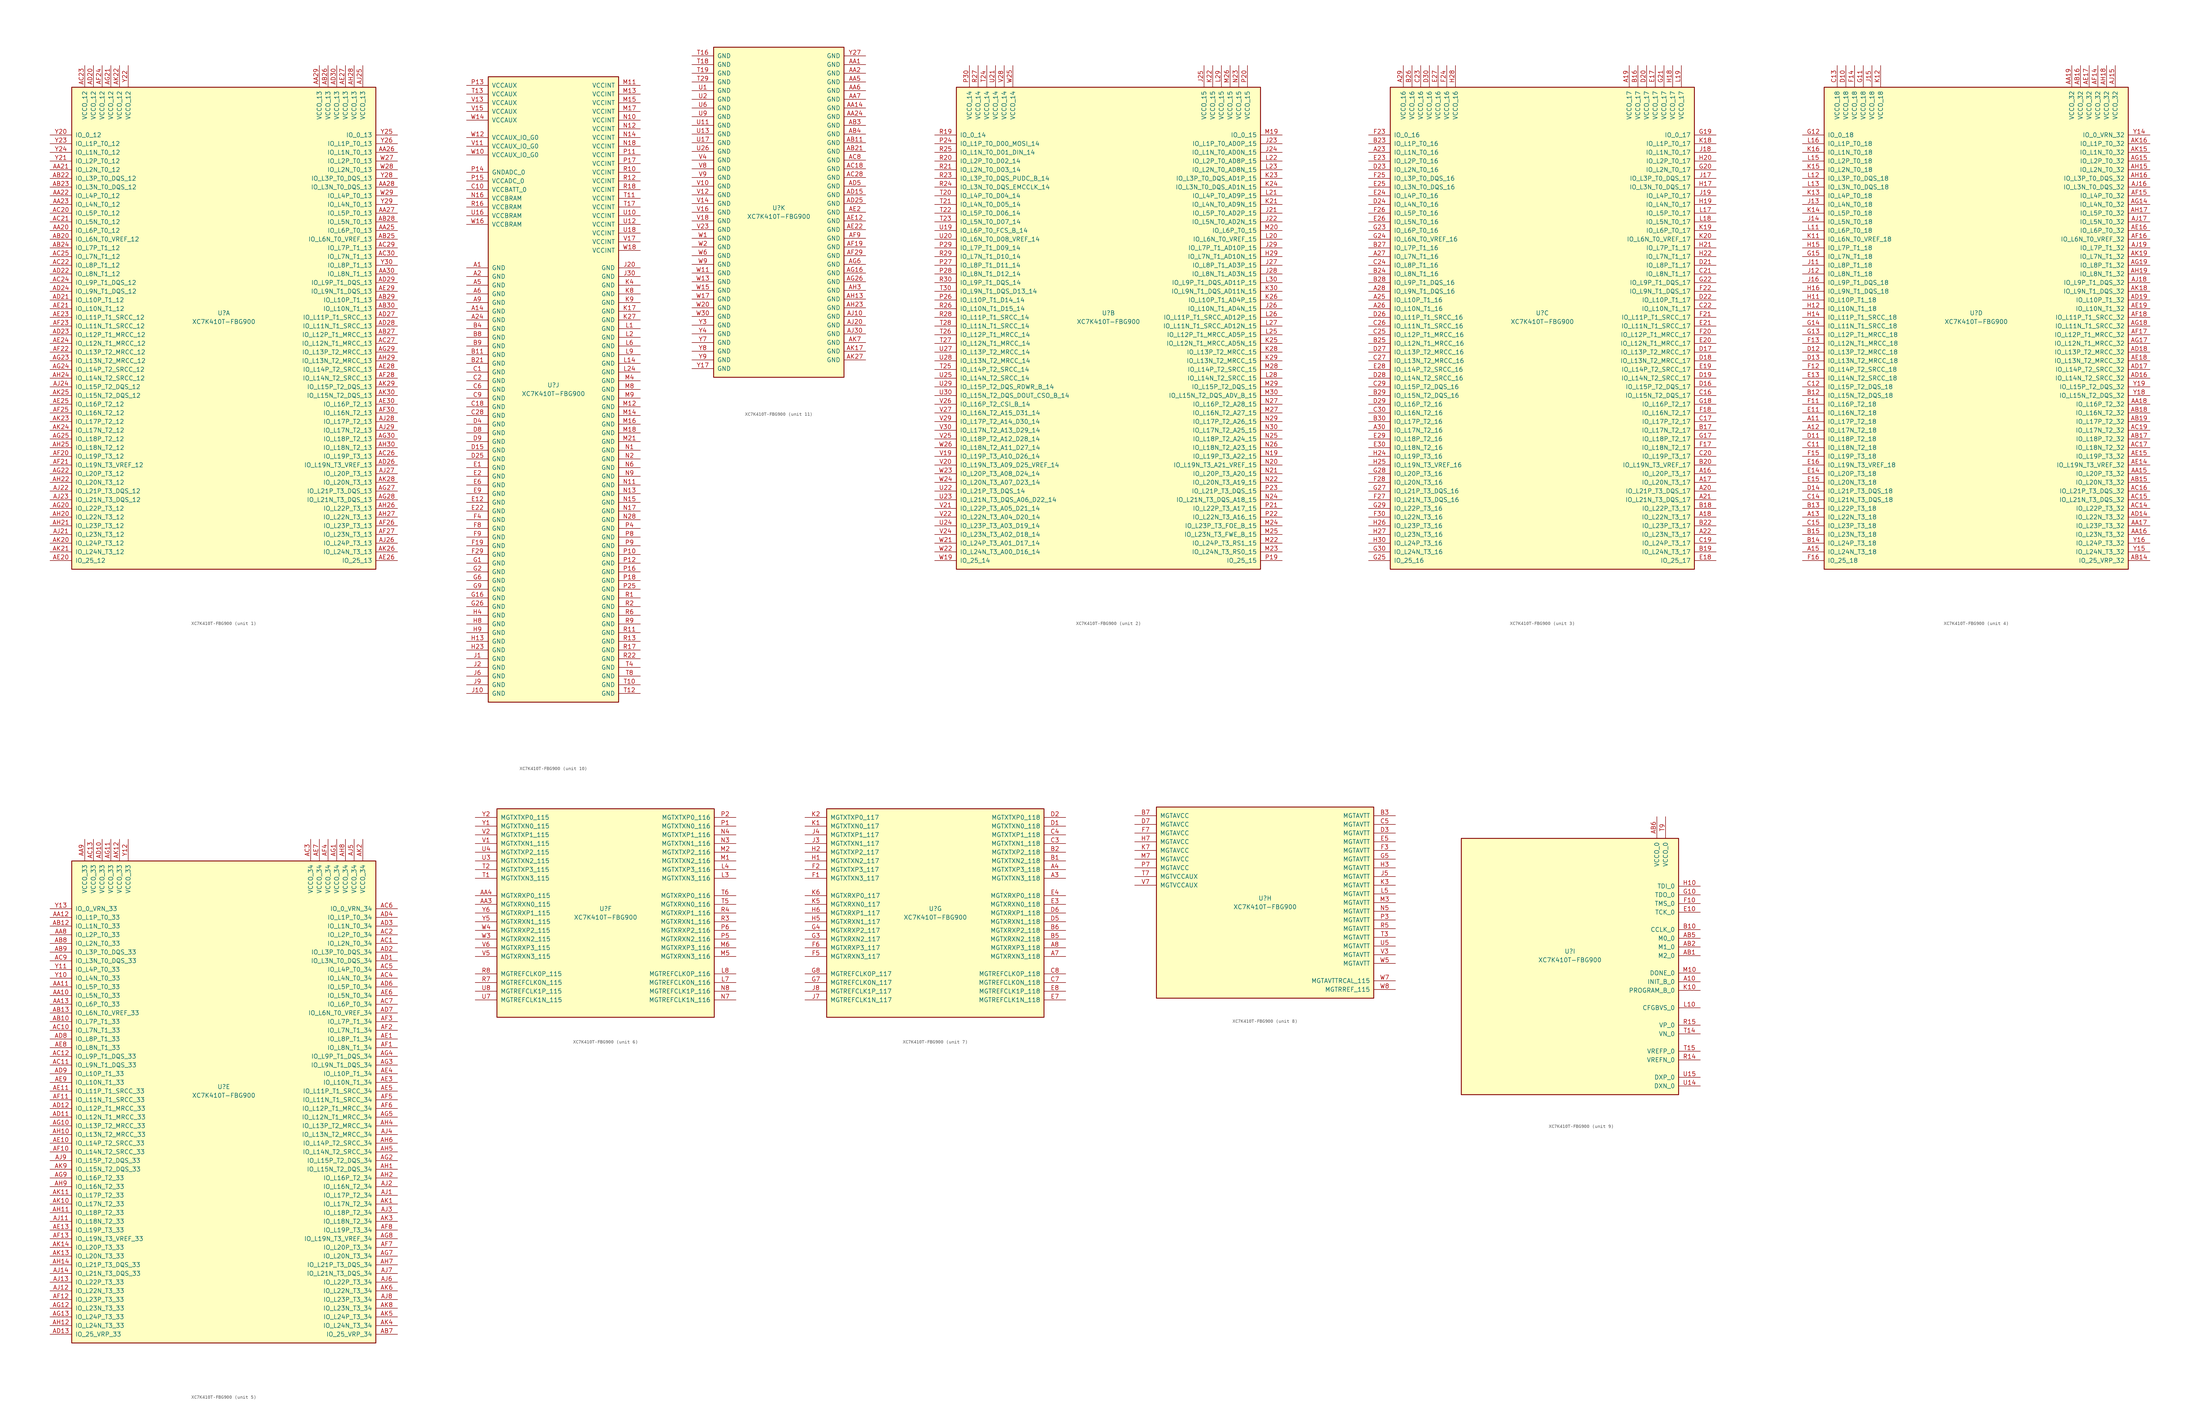
<source format=kicad_sym>
(kicad_symbol_lib
  (version 20201005)
  (generator kicad_symbol_editor)
  (symbol "FPGA_Xilinx_Kintex7:XC7K410T-FBG900"
    (pin_names
      (offset 1.016))
    (property "Reference" "U"
      (at 0 1.27 0)
      (effects (font (size 1.27 1.27))))
    (property "Value" "XC7K410T-FBG900"
      (at 0 -1.27 0)
      (effects (font (size 1.27 1.27))))
    (property "Datasheet" ""
      (at 0 0 0)
      (effects (font (size 1.27 1.27))))
    (property "ki_locked" ""
      (at 0 0 0)
      (effects (font (size 1.27 1.27))))
    (symbol "XC7K410T-FBG900_1_1"
      (rectangle (start -44.45 67.31) (end 44.45 -73.66) (stroke (width 0.254)) (fill (type background)))
      (pin power_in line (at -40.64 73.66 270) (length 6.35) (name "VCCO_12" (effects (font (size 1.27 1.27)))) (number "AC23" (effects (font (size 1.27 1.27)))))
      (pin power_in line (at -38.1 73.66 270) (length 6.35) (name "VCCO_12" (effects (font (size 1.27 1.27)))) (number "AD20" (effects (font (size 1.27 1.27)))))
      (pin power_in line (at -35.56 73.66 270) (length 6.35) (name "VCCO_12" (effects (font (size 1.27 1.27)))) (number "AF24" (effects (font (size 1.27 1.27)))))
      (pin power_in line (at -33.02 73.66 270) (length 6.35) (name "VCCO_12" (effects (font (size 1.27 1.27)))) (number "AG21" (effects (font (size 1.27 1.27)))))
      (pin power_in line (at -30.48 73.66 270) (length 6.35) (name "VCCO_12" (effects (font (size 1.27 1.27)))) (number "AK22" (effects (font (size 1.27 1.27)))))
      (pin power_in line (at -27.94 73.66 270) (length 6.35) (name "VCCO_12" (effects (font (size 1.27 1.27)))) (number "Y22" (effects (font (size 1.27 1.27)))))
      (pin bidirectional line (at -50.8 53.34 0) (length 6.35) (name "IO_0_12" (effects (font (size 1.27 1.27)))) (number "Y20" (effects (font (size 1.27 1.27)))))
      (pin bidirectional line (at -50.8 50.8 0) (length 6.35) (name "IO_L1P_T0_12" (effects (font (size 1.27 1.27)))) (number "Y23" (effects (font (size 1.27 1.27)))))
      (pin bidirectional line (at -50.8 48.26 0) (length 6.35) (name "IO_L1N_T0_12" (effects (font (size 1.27 1.27)))) (number "Y24" (effects (font (size 1.27 1.27)))))
      (pin bidirectional line (at -50.8 45.72 0) (length 6.35) (name "IO_L2P_T0_12" (effects (font (size 1.27 1.27)))) (number "Y21" (effects (font (size 1.27 1.27)))))
      (pin bidirectional line (at -50.8 43.18 0) (length 6.35) (name "IO_L2N_T0_12" (effects (font (size 1.27 1.27)))) (number "AA21" (effects (font (size 1.27 1.27)))))
      (pin bidirectional line (at -50.8 40.64 0) (length 6.35) (name "IO_L3P_T0_DQS_12" (effects (font (size 1.27 1.27)))) (number "AB22" (effects (font (size 1.27 1.27)))))
      (pin bidirectional line (at -50.8 38.1 0) (length 6.35) (name "IO_L3N_T0_DQS_12" (effects (font (size 1.27 1.27)))) (number "AB23" (effects (font (size 1.27 1.27)))))
      (pin bidirectional line (at -50.8 35.56 0) (length 6.35) (name "IO_L4P_T0_12" (effects (font (size 1.27 1.27)))) (number "AA22" (effects (font (size 1.27 1.27)))))
      (pin bidirectional line (at -50.8 33.02 0) (length 6.35) (name "IO_L4N_T0_12" (effects (font (size 1.27 1.27)))) (number "AA23" (effects (font (size 1.27 1.27)))))
      (pin bidirectional line (at -50.8 30.48 0) (length 6.35) (name "IO_L5P_T0_12" (effects (font (size 1.27 1.27)))) (number "AC20" (effects (font (size 1.27 1.27)))))
      (pin bidirectional line (at -50.8 27.94 0) (length 6.35) (name "IO_L5N_T0_12" (effects (font (size 1.27 1.27)))) (number "AC21" (effects (font (size 1.27 1.27)))))
      (pin bidirectional line (at -50.8 25.4 0) (length 6.35) (name "IO_L6P_T0_12" (effects (font (size 1.27 1.27)))) (number "AA20" (effects (font (size 1.27 1.27)))))
      (pin bidirectional line (at -50.8 22.86 0) (length 6.35) (name "IO_L6N_T0_VREF_12" (effects (font (size 1.27 1.27)))) (number "AB20" (effects (font (size 1.27 1.27)))))
      (pin bidirectional line (at -50.8 20.32 0) (length 6.35) (name "IO_L7P_T1_12" (effects (font (size 1.27 1.27)))) (number "AB24" (effects (font (size 1.27 1.27)))))
      (pin bidirectional line (at -50.8 17.78 0) (length 6.35) (name "IO_L7N_T1_12" (effects (font (size 1.27 1.27)))) (number "AC25" (effects (font (size 1.27 1.27)))))
      (pin bidirectional line (at -50.8 15.24 0) (length 6.35) (name "IO_L8P_T1_12" (effects (font (size 1.27 1.27)))) (number "AC22" (effects (font (size 1.27 1.27)))))
      (pin bidirectional line (at -50.8 12.7 0) (length 6.35) (name "IO_L8N_T1_12" (effects (font (size 1.27 1.27)))) (number "AD22" (effects (font (size 1.27 1.27)))))
      (pin bidirectional line (at -50.8 10.16 0) (length 6.35) (name "IO_L9P_T1_DQS_12" (effects (font (size 1.27 1.27)))) (number "AC24" (effects (font (size 1.27 1.27)))))
      (pin bidirectional line (at -50.8 7.62 0) (length 6.35) (name "IO_L9N_T1_DQS_12" (effects (font (size 1.27 1.27)))) (number "AD24" (effects (font (size 1.27 1.27)))))
      (pin bidirectional line (at -50.8 5.08 0) (length 6.35) (name "IO_L10P_T1_12" (effects (font (size 1.27 1.27)))) (number "AD21" (effects (font (size 1.27 1.27)))))
      (pin bidirectional line (at -50.8 2.54 0) (length 6.35) (name "IO_L10N_T1_12" (effects (font (size 1.27 1.27)))) (number "AE21" (effects (font (size 1.27 1.27)))))
      (pin bidirectional line (at -50.8 0 0) (length 6.35) (name "IO_L11P_T1_SRCC_12" (effects (font (size 1.27 1.27)))) (number "AE23" (effects (font (size 1.27 1.27)))))
      (pin bidirectional line (at -50.8 -2.54 0) (length 6.35) (name "IO_L11N_T1_SRCC_12" (effects (font (size 1.27 1.27)))) (number "AF23" (effects (font (size 1.27 1.27)))))
      (pin bidirectional line (at -50.8 -5.08 0) (length 6.35) (name "IO_L12P_T1_MRCC_12" (effects (font (size 1.27 1.27)))) (number "AD23" (effects (font (size 1.27 1.27)))))
      (pin bidirectional line (at -50.8 -7.62 0) (length 6.35) (name "IO_L12N_T1_MRCC_12" (effects (font (size 1.27 1.27)))) (number "AE24" (effects (font (size 1.27 1.27)))))
      (pin bidirectional line (at -50.8 -10.16 0) (length 6.35) (name "IO_L13P_T2_MRCC_12" (effects (font (size 1.27 1.27)))) (number "AF22" (effects (font (size 1.27 1.27)))))
      (pin bidirectional line (at -50.8 -12.7 0) (length 6.35) (name "IO_L13N_T2_MRCC_12" (effects (font (size 1.27 1.27)))) (number "AG23" (effects (font (size 1.27 1.27)))))
      (pin bidirectional line (at -50.8 -15.24 0) (length 6.35) (name "IO_L14P_T2_SRCC_12" (effects (font (size 1.27 1.27)))) (number "AG24" (effects (font (size 1.27 1.27)))))
      (pin bidirectional line (at -50.8 -17.78 0) (length 6.35) (name "IO_L14N_T2_SRCC_12" (effects (font (size 1.27 1.27)))) (number "AH24" (effects (font (size 1.27 1.27)))))
      (pin bidirectional line (at -50.8 -20.32 0) (length 6.35) (name "IO_L15P_T2_DQS_12" (effects (font (size 1.27 1.27)))) (number "AJ24" (effects (font (size 1.27 1.27)))))
      (pin bidirectional line (at -50.8 -22.86 0) (length 6.35) (name "IO_L15N_T2_DQS_12" (effects (font (size 1.27 1.27)))) (number "AK25" (effects (font (size 1.27 1.27)))))
      (pin bidirectional line (at -50.8 -25.4 0) (length 6.35) (name "IO_L16P_T2_12" (effects (font (size 1.27 1.27)))) (number "AE25" (effects (font (size 1.27 1.27)))))
      (pin bidirectional line (at -50.8 -27.94 0) (length 6.35) (name "IO_L16N_T2_12" (effects (font (size 1.27 1.27)))) (number "AF25" (effects (font (size 1.27 1.27)))))
      (pin bidirectional line (at -50.8 -30.48 0) (length 6.35) (name "IO_L17P_T2_12" (effects (font (size 1.27 1.27)))) (number "AK23" (effects (font (size 1.27 1.27)))))
      (pin bidirectional line (at -50.8 -33.02 0) (length 6.35) (name "IO_L17N_T2_12" (effects (font (size 1.27 1.27)))) (number "AK24" (effects (font (size 1.27 1.27)))))
      (pin bidirectional line (at -50.8 -35.56 0) (length 6.35) (name "IO_L18P_T2_12" (effects (font (size 1.27 1.27)))) (number "AG25" (effects (font (size 1.27 1.27)))))
      (pin bidirectional line (at -50.8 -38.1 0) (length 6.35) (name "IO_L18N_T2_12" (effects (font (size 1.27 1.27)))) (number "AH25" (effects (font (size 1.27 1.27)))))
      (pin bidirectional line (at -50.8 -40.64 0) (length 6.35) (name "IO_L19P_T3_12" (effects (font (size 1.27 1.27)))) (number "AF20" (effects (font (size 1.27 1.27)))))
      (pin bidirectional line (at -50.8 -43.18 0) (length 6.35) (name "IO_L19N_T3_VREF_12" (effects (font (size 1.27 1.27)))) (number "AF21" (effects (font (size 1.27 1.27)))))
      (pin bidirectional line (at -50.8 -45.72 0) (length 6.35) (name "IO_L20P_T3_12" (effects (font (size 1.27 1.27)))) (number "AG22" (effects (font (size 1.27 1.27)))))
      (pin bidirectional line (at -50.8 -48.26 0) (length 6.35) (name "IO_L20N_T3_12" (effects (font (size 1.27 1.27)))) (number "AH22" (effects (font (size 1.27 1.27)))))
      (pin bidirectional line (at -50.8 -50.8 0) (length 6.35) (name "IO_L21P_T3_DQS_12" (effects (font (size 1.27 1.27)))) (number "AJ22" (effects (font (size 1.27 1.27)))))
      (pin bidirectional line (at -50.8 -53.34 0) (length 6.35) (name "IO_L21N_T3_DQS_12" (effects (font (size 1.27 1.27)))) (number "AJ23" (effects (font (size 1.27 1.27)))))
      (pin bidirectional line (at -50.8 -55.88 0) (length 6.35) (name "IO_L22P_T3_12" (effects (font (size 1.27 1.27)))) (number "AG20" (effects (font (size 1.27 1.27)))))
      (pin bidirectional line (at -50.8 -58.42 0) (length 6.35) (name "IO_L22N_T3_12" (effects (font (size 1.27 1.27)))) (number "AH20" (effects (font (size 1.27 1.27)))))
      (pin bidirectional line (at -50.8 -60.96 0) (length 6.35) (name "IO_L23P_T3_12" (effects (font (size 1.27 1.27)))) (number "AH21" (effects (font (size 1.27 1.27)))))
      (pin bidirectional line (at -50.8 -63.5 0) (length 6.35) (name "IO_L23N_T3_12" (effects (font (size 1.27 1.27)))) (number "AJ21" (effects (font (size 1.27 1.27)))))
      (pin bidirectional line (at -50.8 -66.04 0) (length 6.35) (name "IO_L24P_T3_12" (effects (font (size 1.27 1.27)))) (number "AK20" (effects (font (size 1.27 1.27)))))
      (pin bidirectional line (at -50.8 -68.58 0) (length 6.35) (name "IO_L24N_T3_12" (effects (font (size 1.27 1.27)))) (number "AK21" (effects (font (size 1.27 1.27)))))
      (pin bidirectional line (at -50.8 -71.12 0) (length 6.35) (name "IO_25_12" (effects (font (size 1.27 1.27)))) (number "AE20" (effects (font (size 1.27 1.27)))))
      (pin power_in line (at 27.94 73.66 270) (length 6.35) (name "VCCO_13" (effects (font (size 1.27 1.27)))) (number "AA29" (effects (font (size 1.27 1.27)))))
      (pin power_in line (at 30.48 73.66 270) (length 6.35) (name "VCCO_13" (effects (font (size 1.27 1.27)))) (number "AB26" (effects (font (size 1.27 1.27)))))
      (pin power_in line (at 33.02 73.66 270) (length 6.35) (name "VCCO_13" (effects (font (size 1.27 1.27)))) (number "AD30" (effects (font (size 1.27 1.27)))))
      (pin power_in line (at 35.56 73.66 270) (length 6.35) (name "VCCO_13" (effects (font (size 1.27 1.27)))) (number "AE27" (effects (font (size 1.27 1.27)))))
      (pin power_in line (at 38.1 73.66 270) (length 6.35) (name "VCCO_13" (effects (font (size 1.27 1.27)))) (number "AH28" (effects (font (size 1.27 1.27)))))
      (pin power_in line (at 40.64 73.66 270) (length 6.35) (name "VCCO_13" (effects (font (size 1.27 1.27)))) (number "AJ25" (effects (font (size 1.27 1.27)))))
      (pin bidirectional line (at 50.8 53.34 180) (length 6.35) (name "IO_0_13" (effects (font (size 1.27 1.27)))) (number "Y25" (effects (font (size 1.27 1.27)))))
      (pin bidirectional line (at 50.8 50.8 180) (length 6.35) (name "IO_L1P_T0_13" (effects (font (size 1.27 1.27)))) (number "Y26" (effects (font (size 1.27 1.27)))))
      (pin bidirectional line (at 50.8 48.26 180) (length 6.35) (name "IO_L1N_T0_13" (effects (font (size 1.27 1.27)))) (number "AA26" (effects (font (size 1.27 1.27)))))
      (pin bidirectional line (at 50.8 45.72 180) (length 6.35) (name "IO_L2P_T0_13" (effects (font (size 1.27 1.27)))) (number "W27" (effects (font (size 1.27 1.27)))))
      (pin bidirectional line (at 50.8 43.18 180) (length 6.35) (name "IO_L2N_T0_13" (effects (font (size 1.27 1.27)))) (number "W28" (effects (font (size 1.27 1.27)))))
      (pin bidirectional line (at 50.8 40.64 180) (length 6.35) (name "IO_L3P_T0_DQS_13" (effects (font (size 1.27 1.27)))) (number "Y28" (effects (font (size 1.27 1.27)))))
      (pin bidirectional line (at 50.8 38.1 180) (length 6.35) (name "IO_L3N_T0_DQS_13" (effects (font (size 1.27 1.27)))) (number "AA28" (effects (font (size 1.27 1.27)))))
      (pin bidirectional line (at 50.8 35.56 180) (length 6.35) (name "IO_L4P_T0_13" (effects (font (size 1.27 1.27)))) (number "W29" (effects (font (size 1.27 1.27)))))
      (pin bidirectional line (at 50.8 33.02 180) (length 6.35) (name "IO_L4N_T0_13" (effects (font (size 1.27 1.27)))) (number "Y29" (effects (font (size 1.27 1.27)))))
      (pin bidirectional line (at 50.8 30.48 180) (length 6.35) (name "IO_L5P_T0_13" (effects (font (size 1.27 1.27)))) (number "AA27" (effects (font (size 1.27 1.27)))))
      (pin bidirectional line (at 50.8 27.94 180) (length 6.35) (name "IO_L5N_T0_13" (effects (font (size 1.27 1.27)))) (number "AB28" (effects (font (size 1.27 1.27)))))
      (pin bidirectional line (at 50.8 25.4 180) (length 6.35) (name "IO_L6P_T0_13" (effects (font (size 1.27 1.27)))) (number "AA25" (effects (font (size 1.27 1.27)))))
      (pin bidirectional line (at 50.8 22.86 180) (length 6.35) (name "IO_L6N_T0_VREF_13" (effects (font (size 1.27 1.27)))) (number "AB25" (effects (font (size 1.27 1.27)))))
      (pin bidirectional line (at 50.8 20.32 180) (length 6.35) (name "IO_L7P_T1_13" (effects (font (size 1.27 1.27)))) (number "AC29" (effects (font (size 1.27 1.27)))))
      (pin bidirectional line (at 50.8 17.78 180) (length 6.35) (name "IO_L7N_T1_13" (effects (font (size 1.27 1.27)))) (number "AC30" (effects (font (size 1.27 1.27)))))
      (pin bidirectional line (at 50.8 15.24 180) (length 6.35) (name "IO_L8P_T1_13" (effects (font (size 1.27 1.27)))) (number "Y30" (effects (font (size 1.27 1.27)))))
      (pin bidirectional line (at 50.8 12.7 180) (length 6.35) (name "IO_L8N_T1_13" (effects (font (size 1.27 1.27)))) (number "AA30" (effects (font (size 1.27 1.27)))))
      (pin bidirectional line (at 50.8 10.16 180) (length 6.35) (name "IO_L9P_T1_DQS_13" (effects (font (size 1.27 1.27)))) (number "AD29" (effects (font (size 1.27 1.27)))))
      (pin bidirectional line (at 50.8 7.62 180) (length 6.35) (name "IO_L9N_T1_DQS_13" (effects (font (size 1.27 1.27)))) (number "AE29" (effects (font (size 1.27 1.27)))))
      (pin bidirectional line (at 50.8 5.08 180) (length 6.35) (name "IO_L10P_T1_13" (effects (font (size 1.27 1.27)))) (number "AB29" (effects (font (size 1.27 1.27)))))
      (pin bidirectional line (at 50.8 2.54 180) (length 6.35) (name "IO_L10N_T1_13" (effects (font (size 1.27 1.27)))) (number "AB30" (effects (font (size 1.27 1.27)))))
      (pin bidirectional line (at 50.8 0 180) (length 6.35) (name "IO_L11P_T1_SRCC_13" (effects (font (size 1.27 1.27)))) (number "AD27" (effects (font (size 1.27 1.27)))))
      (pin bidirectional line (at 50.8 -2.54 180) (length 6.35) (name "IO_L11N_T1_SRCC_13" (effects (font (size 1.27 1.27)))) (number "AD28" (effects (font (size 1.27 1.27)))))
      (pin bidirectional line (at 50.8 -5.08 180) (length 6.35) (name "IO_L12P_T1_MRCC_13" (effects (font (size 1.27 1.27)))) (number "AB27" (effects (font (size 1.27 1.27)))))
      (pin bidirectional line (at 50.8 -7.62 180) (length 6.35) (name "IO_L12N_T1_MRCC_13" (effects (font (size 1.27 1.27)))) (number "AC27" (effects (font (size 1.27 1.27)))))
      (pin bidirectional line (at 50.8 -10.16 180) (length 6.35) (name "IO_L13P_T2_MRCC_13" (effects (font (size 1.27 1.27)))) (number "AG29" (effects (font (size 1.27 1.27)))))
      (pin bidirectional line (at 50.8 -12.7 180) (length 6.35) (name "IO_L13N_T2_MRCC_13" (effects (font (size 1.27 1.27)))) (number "AH29" (effects (font (size 1.27 1.27)))))
      (pin bidirectional line (at 50.8 -15.24 180) (length 6.35) (name "IO_L14P_T2_SRCC_13" (effects (font (size 1.27 1.27)))) (number "AE28" (effects (font (size 1.27 1.27)))))
      (pin bidirectional line (at 50.8 -17.78 180) (length 6.35) (name "IO_L14N_T2_SRCC_13" (effects (font (size 1.27 1.27)))) (number "AF28" (effects (font (size 1.27 1.27)))))
      (pin bidirectional line (at 50.8 -20.32 180) (length 6.35) (name "IO_L15P_T2_DQS_13" (effects (font (size 1.27 1.27)))) (number "AK29" (effects (font (size 1.27 1.27)))))
      (pin bidirectional line (at 50.8 -22.86 180) (length 6.35) (name "IO_L15N_T2_DQS_13" (effects (font (size 1.27 1.27)))) (number "AK30" (effects (font (size 1.27 1.27)))))
      (pin bidirectional line (at 50.8 -25.4 180) (length 6.35) (name "IO_L16P_T2_13" (effects (font (size 1.27 1.27)))) (number "AE30" (effects (font (size 1.27 1.27)))))
      (pin bidirectional line (at 50.8 -27.94 180) (length 6.35) (name "IO_L16N_T2_13" (effects (font (size 1.27 1.27)))) (number "AF30" (effects (font (size 1.27 1.27)))))
      (pin bidirectional line (at 50.8 -30.48 180) (length 6.35) (name "IO_L17P_T2_13" (effects (font (size 1.27 1.27)))) (number "AJ28" (effects (font (size 1.27 1.27)))))
      (pin bidirectional line (at 50.8 -33.02 180) (length 6.35) (name "IO_L17N_T2_13" (effects (font (size 1.27 1.27)))) (number "AJ29" (effects (font (size 1.27 1.27)))))
      (pin bidirectional line (at 50.8 -35.56 180) (length 6.35) (name "IO_L18P_T2_13" (effects (font (size 1.27 1.27)))) (number "AG30" (effects (font (size 1.27 1.27)))))
      (pin bidirectional line (at 50.8 -38.1 180) (length 6.35) (name "IO_L18N_T2_13" (effects (font (size 1.27 1.27)))) (number "AH30" (effects (font (size 1.27 1.27)))))
      (pin bidirectional line (at 50.8 -40.64 180) (length 6.35) (name "IO_L19P_T3_13" (effects (font (size 1.27 1.27)))) (number "AC26" (effects (font (size 1.27 1.27)))))
      (pin bidirectional line (at 50.8 -43.18 180) (length 6.35) (name "IO_L19N_T3_VREF_13" (effects (font (size 1.27 1.27)))) (number "AD26" (effects (font (size 1.27 1.27)))))
      (pin bidirectional line (at 50.8 -45.72 180) (length 6.35) (name "IO_L20P_T3_13" (effects (font (size 1.27 1.27)))) (number "AJ27" (effects (font (size 1.27 1.27)))))
      (pin bidirectional line (at 50.8 -48.26 180) (length 6.35) (name "IO_L20N_T3_13" (effects (font (size 1.27 1.27)))) (number "AK28" (effects (font (size 1.27 1.27)))))
      (pin bidirectional line (at 50.8 -50.8 180) (length 6.35) (name "IO_L21P_T3_DQS_13" (effects (font (size 1.27 1.27)))) (number "AG27" (effects (font (size 1.27 1.27)))))
      (pin bidirectional line (at 50.8 -53.34 180) (length 6.35) (name "IO_L21N_T3_DQS_13" (effects (font (size 1.27 1.27)))) (number "AG28" (effects (font (size 1.27 1.27)))))
      (pin bidirectional line (at 50.8 -55.88 180) (length 6.35) (name "IO_L22P_T3_13" (effects (font (size 1.27 1.27)))) (number "AH26" (effects (font (size 1.27 1.27)))))
      (pin bidirectional line (at 50.8 -58.42 180) (length 6.35) (name "IO_L22N_T3_13" (effects (font (size 1.27 1.27)))) (number "AH27" (effects (font (size 1.27 1.27)))))
      (pin bidirectional line (at 50.8 -60.96 180) (length 6.35) (name "IO_L23P_T3_13" (effects (font (size 1.27 1.27)))) (number "AF26" (effects (font (size 1.27 1.27)))))
      (pin bidirectional line (at 50.8 -63.5 180) (length 6.35) (name "IO_L23N_T3_13" (effects (font (size 1.27 1.27)))) (number "AF27" (effects (font (size 1.27 1.27)))))
      (pin bidirectional line (at 50.8 -66.04 180) (length 6.35) (name "IO_L24P_T3_13" (effects (font (size 1.27 1.27)))) (number "AJ26" (effects (font (size 1.27 1.27)))))
      (pin bidirectional line (at 50.8 -68.58 180) (length 6.35) (name "IO_L24N_T3_13" (effects (font (size 1.27 1.27)))) (number "AK26" (effects (font (size 1.27 1.27)))))
      (pin bidirectional line (at 50.8 -71.12 180) (length 6.35) (name "IO_25_13" (effects (font (size 1.27 1.27)))) (number "AE26" (effects (font (size 1.27 1.27))))))
    (symbol "XC7K410T-FBG900_2_1"
      (rectangle (start -44.45 67.31) (end 44.45 -73.66) (stroke (width 0.254)) (fill (type background)))
      (pin power_in line (at -40.64 73.66 270) (length 6.35) (name "VCCO_14" (effects (font (size 1.27 1.27)))) (number "P30" (effects (font (size 1.27 1.27)))))
      (pin power_in line (at -38.1 73.66 270) (length 6.35) (name "VCCO_14" (effects (font (size 1.27 1.27)))) (number "R27" (effects (font (size 1.27 1.27)))))
      (pin power_in line (at -35.56 73.66 270) (length 6.35) (name "VCCO_14" (effects (font (size 1.27 1.27)))) (number "T24" (effects (font (size 1.27 1.27)))))
      (pin power_in line (at -33.02 73.66 270) (length 6.35) (name "VCCO_14" (effects (font (size 1.27 1.27)))) (number "U21" (effects (font (size 1.27 1.27)))))
      (pin power_in line (at -30.48 73.66 270) (length 6.35) (name "VCCO_14" (effects (font (size 1.27 1.27)))) (number "V28" (effects (font (size 1.27 1.27)))))
      (pin power_in line (at -27.94 73.66 270) (length 6.35) (name "VCCO_14" (effects (font (size 1.27 1.27)))) (number "W25" (effects (font (size 1.27 1.27)))))
      (pin bidirectional line (at -50.8 53.34 0) (length 6.35) (name "IO_0_14" (effects (font (size 1.27 1.27)))) (number "R19" (effects (font (size 1.27 1.27)))))
      (pin bidirectional line (at -50.8 50.8 0) (length 6.35) (name "IO_L1P_T0_D00_MOSI_14" (effects (font (size 1.27 1.27)))) (number "P24" (effects (font (size 1.27 1.27)))))
      (pin bidirectional line (at -50.8 48.26 0) (length 6.35) (name "IO_L1N_T0_D01_DIN_14" (effects (font (size 1.27 1.27)))) (number "R25" (effects (font (size 1.27 1.27)))))
      (pin bidirectional line (at -50.8 45.72 0) (length 6.35) (name "IO_L2P_T0_D02_14" (effects (font (size 1.27 1.27)))) (number "R20" (effects (font (size 1.27 1.27)))))
      (pin bidirectional line (at -50.8 43.18 0) (length 6.35) (name "IO_L2N_T0_D03_14" (effects (font (size 1.27 1.27)))) (number "R21" (effects (font (size 1.27 1.27)))))
      (pin bidirectional line (at -50.8 40.64 0) (length 6.35) (name "IO_L3P_T0_DQS_PUDC_B_14" (effects (font (size 1.27 1.27)))) (number "R23" (effects (font (size 1.27 1.27)))))
      (pin bidirectional line (at -50.8 38.1 0) (length 6.35) (name "IO_L3N_T0_DQS_EMCCLK_14" (effects (font (size 1.27 1.27)))) (number "R24" (effects (font (size 1.27 1.27)))))
      (pin bidirectional line (at -50.8 35.56 0) (length 6.35) (name "IO_L4P_T0_D04_14" (effects (font (size 1.27 1.27)))) (number "T20" (effects (font (size 1.27 1.27)))))
      (pin bidirectional line (at -50.8 33.02 0) (length 6.35) (name "IO_L4N_T0_D05_14" (effects (font (size 1.27 1.27)))) (number "T21" (effects (font (size 1.27 1.27)))))
      (pin bidirectional line (at -50.8 30.48 0) (length 6.35) (name "IO_L5P_T0_D06_14" (effects (font (size 1.27 1.27)))) (number "T22" (effects (font (size 1.27 1.27)))))
      (pin bidirectional line (at -50.8 27.94 0) (length 6.35) (name "IO_L5N_T0_D07_14" (effects (font (size 1.27 1.27)))) (number "T23" (effects (font (size 1.27 1.27)))))
      (pin bidirectional line (at -50.8 25.4 0) (length 6.35) (name "IO_L6P_T0_FCS_B_14" (effects (font (size 1.27 1.27)))) (number "U19" (effects (font (size 1.27 1.27)))))
      (pin bidirectional line (at -50.8 22.86 0) (length 6.35) (name "IO_L6N_T0_D08_VREF_14" (effects (font (size 1.27 1.27)))) (number "U20" (effects (font (size 1.27 1.27)))))
      (pin bidirectional line (at -50.8 20.32 0) (length 6.35) (name "IO_L7P_T1_D09_14" (effects (font (size 1.27 1.27)))) (number "P29" (effects (font (size 1.27 1.27)))))
      (pin bidirectional line (at -50.8 17.78 0) (length 6.35) (name "IO_L7N_T1_D10_14" (effects (font (size 1.27 1.27)))) (number "R29" (effects (font (size 1.27 1.27)))))
      (pin bidirectional line (at -50.8 15.24 0) (length 6.35) (name "IO_L8P_T1_D11_14" (effects (font (size 1.27 1.27)))) (number "P27" (effects (font (size 1.27 1.27)))))
      (pin bidirectional line (at -50.8 12.7 0) (length 6.35) (name "IO_L8N_T1_D12_14" (effects (font (size 1.27 1.27)))) (number "P28" (effects (font (size 1.27 1.27)))))
      (pin bidirectional line (at -50.8 10.16 0) (length 6.35) (name "IO_L9P_T1_DQS_14" (effects (font (size 1.27 1.27)))) (number "R30" (effects (font (size 1.27 1.27)))))
      (pin bidirectional line (at -50.8 7.62 0) (length 6.35) (name "IO_L9N_T1_DQS_D13_14" (effects (font (size 1.27 1.27)))) (number "T30" (effects (font (size 1.27 1.27)))))
      (pin bidirectional line (at -50.8 5.08 0) (length 6.35) (name "IO_L10P_T1_D14_14" (effects (font (size 1.27 1.27)))) (number "P26" (effects (font (size 1.27 1.27)))))
      (pin bidirectional line (at -50.8 2.54 0) (length 6.35) (name "IO_L10N_T1_D15_14" (effects (font (size 1.27 1.27)))) (number "R26" (effects (font (size 1.27 1.27)))))
      (pin bidirectional line (at -50.8 0 0) (length 6.35) (name "IO_L11P_T1_SRCC_14" (effects (font (size 1.27 1.27)))) (number "R28" (effects (font (size 1.27 1.27)))))
      (pin bidirectional line (at -50.8 -2.54 0) (length 6.35) (name "IO_L11N_T1_SRCC_14" (effects (font (size 1.27 1.27)))) (number "T28" (effects (font (size 1.27 1.27)))))
      (pin bidirectional line (at -50.8 -5.08 0) (length 6.35) (name "IO_L12P_T1_MRCC_14" (effects (font (size 1.27 1.27)))) (number "T26" (effects (font (size 1.27 1.27)))))
      (pin bidirectional line (at -50.8 -7.62 0) (length 6.35) (name "IO_L12N_T1_MRCC_14" (effects (font (size 1.27 1.27)))) (number "T27" (effects (font (size 1.27 1.27)))))
      (pin bidirectional line (at -50.8 -10.16 0) (length 6.35) (name "IO_L13P_T2_MRCC_14" (effects (font (size 1.27 1.27)))) (number "U27" (effects (font (size 1.27 1.27)))))
      (pin bidirectional line (at -50.8 -12.7 0) (length 6.35) (name "IO_L13N_T2_MRCC_14" (effects (font (size 1.27 1.27)))) (number "U28" (effects (font (size 1.27 1.27)))))
      (pin bidirectional line (at -50.8 -15.24 0) (length 6.35) (name "IO_L14P_T2_SRCC_14" (effects (font (size 1.27 1.27)))) (number "T25" (effects (font (size 1.27 1.27)))))
      (pin bidirectional line (at -50.8 -17.78 0) (length 6.35) (name "IO_L14N_T2_SRCC_14" (effects (font (size 1.27 1.27)))) (number "U25" (effects (font (size 1.27 1.27)))))
      (pin bidirectional line (at -50.8 -20.32 0) (length 6.35) (name "IO_L15P_T2_DQS_RDWR_B_14" (effects (font (size 1.27 1.27)))) (number "U29" (effects (font (size 1.27 1.27)))))
      (pin bidirectional line (at -50.8 -22.86 0) (length 6.35) (name "IO_L15N_T2_DQS_DOUT_CSO_B_14" (effects (font (size 1.27 1.27)))) (number "U30" (effects (font (size 1.27 1.27)))))
      (pin bidirectional line (at -50.8 -25.4 0) (length 6.35) (name "IO_L16P_T2_CSI_B_14" (effects (font (size 1.27 1.27)))) (number "V26" (effects (font (size 1.27 1.27)))))
      (pin bidirectional line (at -50.8 -27.94 0) (length 6.35) (name "IO_L16N_T2_A15_D31_14" (effects (font (size 1.27 1.27)))) (number "V27" (effects (font (size 1.27 1.27)))))
      (pin bidirectional line (at -50.8 -30.48 0) (length 6.35) (name "IO_L17P_T2_A14_D30_14" (effects (font (size 1.27 1.27)))) (number "V29" (effects (font (size 1.27 1.27)))))
      (pin bidirectional line (at -50.8 -33.02 0) (length 6.35) (name "IO_L17N_T2_A13_D29_14" (effects (font (size 1.27 1.27)))) (number "V30" (effects (font (size 1.27 1.27)))))
      (pin bidirectional line (at -50.8 -35.56 0) (length 6.35) (name "IO_L18P_T2_A12_D28_14" (effects (font (size 1.27 1.27)))) (number "V25" (effects (font (size 1.27 1.27)))))
      (pin bidirectional line (at -50.8 -38.1 0) (length 6.35) (name "IO_L18N_T2_A11_D27_14" (effects (font (size 1.27 1.27)))) (number "W26" (effects (font (size 1.27 1.27)))))
      (pin bidirectional line (at -50.8 -40.64 0) (length 6.35) (name "IO_L19P_T3_A10_D26_14" (effects (font (size 1.27 1.27)))) (number "V19" (effects (font (size 1.27 1.27)))))
      (pin bidirectional line (at -50.8 -43.18 0) (length 6.35) (name "IO_L19N_T3_A09_D25_VREF_14" (effects (font (size 1.27 1.27)))) (number "V20" (effects (font (size 1.27 1.27)))))
      (pin bidirectional line (at -50.8 -45.72 0) (length 6.35) (name "IO_L20P_T3_A08_D24_14" (effects (font (size 1.27 1.27)))) (number "W23" (effects (font (size 1.27 1.27)))))
      (pin bidirectional line (at -50.8 -48.26 0) (length 6.35) (name "IO_L20N_T3_A07_D23_14" (effects (font (size 1.27 1.27)))) (number "W24" (effects (font (size 1.27 1.27)))))
      (pin bidirectional line (at -50.8 -50.8 0) (length 6.35) (name "IO_L21P_T3_DQS_14" (effects (font (size 1.27 1.27)))) (number "U22" (effects (font (size 1.27 1.27)))))
      (pin bidirectional line (at -50.8 -53.34 0) (length 6.35) (name "IO_L21N_T3_DQS_A06_D22_14" (effects (font (size 1.27 1.27)))) (number "U23" (effects (font (size 1.27 1.27)))))
      (pin bidirectional line (at -50.8 -55.88 0) (length 6.35) (name "IO_L22P_T3_A05_D21_14" (effects (font (size 1.27 1.27)))) (number "V21" (effects (font (size 1.27 1.27)))))
      (pin bidirectional line (at -50.8 -58.42 0) (length 6.35) (name "IO_L22N_T3_A04_D20_14" (effects (font (size 1.27 1.27)))) (number "V22" (effects (font (size 1.27 1.27)))))
      (pin bidirectional line (at -50.8 -60.96 0) (length 6.35) (name "IO_L23P_T3_A03_D19_14" (effects (font (size 1.27 1.27)))) (number "U24" (effects (font (size 1.27 1.27)))))
      (pin bidirectional line (at -50.8 -63.5 0) (length 6.35) (name "IO_L23N_T3_A02_D18_14" (effects (font (size 1.27 1.27)))) (number "V24" (effects (font (size 1.27 1.27)))))
      (pin bidirectional line (at -50.8 -66.04 0) (length 6.35) (name "IO_L24P_T3_A01_D17_14" (effects (font (size 1.27 1.27)))) (number "W21" (effects (font (size 1.27 1.27)))))
      (pin bidirectional line (at -50.8 -68.58 0) (length 6.35) (name "IO_L24N_T3_A00_D16_14" (effects (font (size 1.27 1.27)))) (number "W22" (effects (font (size 1.27 1.27)))))
      (pin bidirectional line (at -50.8 -71.12 0) (length 6.35) (name "IO_25_14" (effects (font (size 1.27 1.27)))) (number "W19" (effects (font (size 1.27 1.27)))))
      (pin power_in line (at 27.94 73.66 270) (length 6.35) (name "VCCO_15" (effects (font (size 1.27 1.27)))) (number "J25" (effects (font (size 1.27 1.27)))))
      (pin power_in line (at 30.48 73.66 270) (length 6.35) (name "VCCO_15" (effects (font (size 1.27 1.27)))) (number "K22" (effects (font (size 1.27 1.27)))))
      (pin power_in line (at 33.02 73.66 270) (length 6.35) (name "VCCO_15" (effects (font (size 1.27 1.27)))) (number "L29" (effects (font (size 1.27 1.27)))))
      (pin power_in line (at 35.56 73.66 270) (length 6.35) (name "VCCO_15" (effects (font (size 1.27 1.27)))) (number "M26" (effects (font (size 1.27 1.27)))))
      (pin power_in line (at 38.1 73.66 270) (length 6.35) (name "VCCO_15" (effects (font (size 1.27 1.27)))) (number "N23" (effects (font (size 1.27 1.27)))))
      (pin power_in line (at 40.64 73.66 270) (length 6.35) (name "VCCO_15" (effects (font (size 1.27 1.27)))) (number "P20" (effects (font (size 1.27 1.27)))))
      (pin bidirectional line (at 50.8 53.34 180) (length 6.35) (name "IO_0_15" (effects (font (size 1.27 1.27)))) (number "M19" (effects (font (size 1.27 1.27)))))
      (pin bidirectional line (at 50.8 50.8 180) (length 6.35) (name "IO_L1P_T0_AD0P_15" (effects (font (size 1.27 1.27)))) (number "J23" (effects (font (size 1.27 1.27)))))
      (pin bidirectional line (at 50.8 48.26 180) (length 6.35) (name "IO_L1N_T0_AD0N_15" (effects (font (size 1.27 1.27)))) (number "J24" (effects (font (size 1.27 1.27)))))
      (pin bidirectional line (at 50.8 45.72 180) (length 6.35) (name "IO_L2P_T0_AD8P_15" (effects (font (size 1.27 1.27)))) (number "L22" (effects (font (size 1.27 1.27)))))
      (pin bidirectional line (at 50.8 43.18 180) (length 6.35) (name "IO_L2N_T0_AD8N_15" (effects (font (size 1.27 1.27)))) (number "L23" (effects (font (size 1.27 1.27)))))
      (pin bidirectional line (at 50.8 40.64 180) (length 6.35) (name "IO_L3P_T0_DQS_AD1P_15" (effects (font (size 1.27 1.27)))) (number "K23" (effects (font (size 1.27 1.27)))))
      (pin bidirectional line (at 50.8 38.1 180) (length 6.35) (name "IO_L3N_T0_DQS_AD1N_15" (effects (font (size 1.27 1.27)))) (number "K24" (effects (font (size 1.27 1.27)))))
      (pin bidirectional line (at 50.8 35.56 180) (length 6.35) (name "IO_L4P_T0_AD9P_15" (effects (font (size 1.27 1.27)))) (number "L21" (effects (font (size 1.27 1.27)))))
      (pin bidirectional line (at 50.8 33.02 180) (length 6.35) (name "IO_L4N_T0_AD9N_15" (effects (font (size 1.27 1.27)))) (number "K21" (effects (font (size 1.27 1.27)))))
      (pin bidirectional line (at 50.8 30.48 180) (length 6.35) (name "IO_L5P_T0_AD2P_15" (effects (font (size 1.27 1.27)))) (number "J21" (effects (font (size 1.27 1.27)))))
      (pin bidirectional line (at 50.8 27.94 180) (length 6.35) (name "IO_L5N_T0_AD2N_15" (effects (font (size 1.27 1.27)))) (number "J22" (effects (font (size 1.27 1.27)))))
      (pin bidirectional line (at 50.8 25.4 180) (length 6.35) (name "IO_L6P_T0_15" (effects (font (size 1.27 1.27)))) (number "M20" (effects (font (size 1.27 1.27)))))
      (pin bidirectional line (at 50.8 22.86 180) (length 6.35) (name "IO_L6N_T0_VREF_15" (effects (font (size 1.27 1.27)))) (number "L20" (effects (font (size 1.27 1.27)))))
      (pin bidirectional line (at 50.8 20.32 180) (length 6.35) (name "IO_L7P_T1_AD10P_15" (effects (font (size 1.27 1.27)))) (number "J29" (effects (font (size 1.27 1.27)))))
      (pin bidirectional line (at 50.8 17.78 180) (length 6.35) (name "IO_L7N_T1_AD10N_15" (effects (font (size 1.27 1.27)))) (number "H29" (effects (font (size 1.27 1.27)))))
      (pin bidirectional line (at 50.8 15.24 180) (length 6.35) (name "IO_L8P_T1_AD3P_15" (effects (font (size 1.27 1.27)))) (number "J27" (effects (font (size 1.27 1.27)))))
      (pin bidirectional line (at 50.8 12.7 180) (length 6.35) (name "IO_L8N_T1_AD3N_15" (effects (font (size 1.27 1.27)))) (number "J28" (effects (font (size 1.27 1.27)))))
      (pin bidirectional line (at 50.8 10.16 180) (length 6.35) (name "IO_L9P_T1_DQS_AD11P_15" (effects (font (size 1.27 1.27)))) (number "L30" (effects (font (size 1.27 1.27)))))
      (pin bidirectional line (at 50.8 7.62 180) (length 6.35) (name "IO_L9N_T1_DQS_AD11N_15" (effects (font (size 1.27 1.27)))) (number "K30" (effects (font (size 1.27 1.27)))))
      (pin bidirectional line (at 50.8 5.08 180) (length 6.35) (name "IO_L10P_T1_AD4P_15" (effects (font (size 1.27 1.27)))) (number "K26" (effects (font (size 1.27 1.27)))))
      (pin bidirectional line (at 50.8 2.54 180) (length 6.35) (name "IO_L10N_T1_AD4N_15" (effects (font (size 1.27 1.27)))) (number "J26" (effects (font (size 1.27 1.27)))))
      (pin bidirectional line (at 50.8 0 180) (length 6.35) (name "IO_L11P_T1_SRCC_AD12P_15" (effects (font (size 1.27 1.27)))) (number "L26" (effects (font (size 1.27 1.27)))))
      (pin bidirectional line (at 50.8 -2.54 180) (length 6.35) (name "IO_L11N_T1_SRCC_AD12N_15" (effects (font (size 1.27 1.27)))) (number "L27" (effects (font (size 1.27 1.27)))))
      (pin bidirectional line (at 50.8 -5.08 180) (length 6.35) (name "IO_L12P_T1_MRCC_AD5P_15" (effects (font (size 1.27 1.27)))) (number "L25" (effects (font (size 1.27 1.27)))))
      (pin bidirectional line (at 50.8 -7.62 180) (length 6.35) (name "IO_L12N_T1_MRCC_AD5N_15" (effects (font (size 1.27 1.27)))) (number "K25" (effects (font (size 1.27 1.27)))))
      (pin bidirectional line (at 50.8 -10.16 180) (length 6.35) (name "IO_L13P_T2_MRCC_15" (effects (font (size 1.27 1.27)))) (number "K28" (effects (font (size 1.27 1.27)))))
      (pin bidirectional line (at 50.8 -12.7 180) (length 6.35) (name "IO_L13N_T2_MRCC_15" (effects (font (size 1.27 1.27)))) (number "K29" (effects (font (size 1.27 1.27)))))
      (pin bidirectional line (at 50.8 -15.24 180) (length 6.35) (name "IO_L14P_T2_SRCC_15" (effects (font (size 1.27 1.27)))) (number "M28" (effects (font (size 1.27 1.27)))))
      (pin bidirectional line (at 50.8 -17.78 180) (length 6.35) (name "IO_L14N_T2_SRCC_15" (effects (font (size 1.27 1.27)))) (number "L28" (effects (font (size 1.27 1.27)))))
      (pin bidirectional line (at 50.8 -20.32 180) (length 6.35) (name "IO_L15P_T2_DQS_15" (effects (font (size 1.27 1.27)))) (number "M29" (effects (font (size 1.27 1.27)))))
      (pin bidirectional line (at 50.8 -22.86 180) (length 6.35) (name "IO_L15N_T2_DQS_ADV_B_15" (effects (font (size 1.27 1.27)))) (number "M30" (effects (font (size 1.27 1.27)))))
      (pin bidirectional line (at 50.8 -25.4 180) (length 6.35) (name "IO_L16P_T2_A28_15" (effects (font (size 1.27 1.27)))) (number "N27" (effects (font (size 1.27 1.27)))))
      (pin bidirectional line (at 50.8 -27.94 180) (length 6.35) (name "IO_L16N_T2_A27_15" (effects (font (size 1.27 1.27)))) (number "M27" (effects (font (size 1.27 1.27)))))
      (pin bidirectional line (at 50.8 -30.48 180) (length 6.35) (name "IO_L17P_T2_A26_15" (effects (font (size 1.27 1.27)))) (number "N29" (effects (font (size 1.27 1.27)))))
      (pin bidirectional line (at 50.8 -33.02 180) (length 6.35) (name "IO_L17N_T2_A25_15" (effects (font (size 1.27 1.27)))) (number "N30" (effects (font (size 1.27 1.27)))))
      (pin bidirectional line (at 50.8 -35.56 180) (length 6.35) (name "IO_L18P_T2_A24_15" (effects (font (size 1.27 1.27)))) (number "N25" (effects (font (size 1.27 1.27)))))
      (pin bidirectional line (at 50.8 -38.1 180) (length 6.35) (name "IO_L18N_T2_A23_15" (effects (font (size 1.27 1.27)))) (number "N26" (effects (font (size 1.27 1.27)))))
      (pin bidirectional line (at 50.8 -40.64 180) (length 6.35) (name "IO_L19P_T3_A22_15" (effects (font (size 1.27 1.27)))) (number "N19" (effects (font (size 1.27 1.27)))))
      (pin bidirectional line (at 50.8 -43.18 180) (length 6.35) (name "IO_L19N_T3_A21_VREF_15" (effects (font (size 1.27 1.27)))) (number "N20" (effects (font (size 1.27 1.27)))))
      (pin bidirectional line (at 50.8 -45.72 180) (length 6.35) (name "IO_L20P_T3_A20_15" (effects (font (size 1.27 1.27)))) (number "N21" (effects (font (size 1.27 1.27)))))
      (pin bidirectional line (at 50.8 -48.26 180) (length 6.35) (name "IO_L20N_T3_A19_15" (effects (font (size 1.27 1.27)))) (number "N22" (effects (font (size 1.27 1.27)))))
      (pin bidirectional line (at 50.8 -50.8 180) (length 6.35) (name "IO_L21P_T3_DQS_15" (effects (font (size 1.27 1.27)))) (number "P23" (effects (font (size 1.27 1.27)))))
      (pin bidirectional line (at 50.8 -53.34 180) (length 6.35) (name "IO_L21N_T3_DQS_A18_15" (effects (font (size 1.27 1.27)))) (number "N24" (effects (font (size 1.27 1.27)))))
      (pin bidirectional line (at 50.8 -55.88 180) (length 6.35) (name "IO_L22P_T3_A17_15" (effects (font (size 1.27 1.27)))) (number "P21" (effects (font (size 1.27 1.27)))))
      (pin bidirectional line (at 50.8 -58.42 180) (length 6.35) (name "IO_L22N_T3_A16_15" (effects (font (size 1.27 1.27)))) (number "P22" (effects (font (size 1.27 1.27)))))
      (pin bidirectional line (at 50.8 -60.96 180) (length 6.35) (name "IO_L23P_T3_FOE_B_15" (effects (font (size 1.27 1.27)))) (number "M24" (effects (font (size 1.27 1.27)))))
      (pin bidirectional line (at 50.8 -63.5 180) (length 6.35) (name "IO_L23N_T3_FWE_B_15" (effects (font (size 1.27 1.27)))) (number "M25" (effects (font (size 1.27 1.27)))))
      (pin bidirectional line (at 50.8 -66.04 180) (length 6.35) (name "IO_L24P_T3_RS1_15" (effects (font (size 1.27 1.27)))) (number "M22" (effects (font (size 1.27 1.27)))))
      (pin bidirectional line (at 50.8 -68.58 180) (length 6.35) (name "IO_L24N_T3_RS0_15" (effects (font (size 1.27 1.27)))) (number "M23" (effects (font (size 1.27 1.27)))))
      (pin bidirectional line (at 50.8 -71.12 180) (length 6.35) (name "IO_25_15" (effects (font (size 1.27 1.27)))) (number "P19" (effects (font (size 1.27 1.27))))))
    (symbol "XC7K410T-FBG900_3_1"
      (rectangle (start -44.45 67.31) (end 44.45 -73.66) (stroke (width 0.254)) (fill (type background)))
      (pin power_in line (at -40.64 73.66 270) (length 6.35) (name "VCCO_16" (effects (font (size 1.27 1.27)))) (number "A29" (effects (font (size 1.27 1.27)))))
      (pin power_in line (at -38.1 73.66 270) (length 6.35) (name "VCCO_16" (effects (font (size 1.27 1.27)))) (number "B26" (effects (font (size 1.27 1.27)))))
      (pin power_in line (at -35.56 73.66 270) (length 6.35) (name "VCCO_16" (effects (font (size 1.27 1.27)))) (number "C23" (effects (font (size 1.27 1.27)))))
      (pin power_in line (at -33.02 73.66 270) (length 6.35) (name "VCCO_16" (effects (font (size 1.27 1.27)))) (number "D30" (effects (font (size 1.27 1.27)))))
      (pin power_in line (at -30.48 73.66 270) (length 6.35) (name "VCCO_16" (effects (font (size 1.27 1.27)))) (number "E27" (effects (font (size 1.27 1.27)))))
      (pin power_in line (at -27.94 73.66 270) (length 6.35) (name "VCCO_16" (effects (font (size 1.27 1.27)))) (number "F24" (effects (font (size 1.27 1.27)))))
      (pin power_in line (at -25.4 73.66 270) (length 6.35) (name "VCCO_16" (effects (font (size 1.27 1.27)))) (number "H28" (effects (font (size 1.27 1.27)))))
      (pin bidirectional line (at -50.8 53.34 0) (length 6.35) (name "IO_0_16" (effects (font (size 1.27 1.27)))) (number "F23" (effects (font (size 1.27 1.27)))))
      (pin bidirectional line (at -50.8 50.8 0) (length 6.35) (name "IO_L1P_T0_16" (effects (font (size 1.27 1.27)))) (number "B23" (effects (font (size 1.27 1.27)))))
      (pin bidirectional line (at -50.8 48.26 0) (length 6.35) (name "IO_L1N_T0_16" (effects (font (size 1.27 1.27)))) (number "A23" (effects (font (size 1.27 1.27)))))
      (pin bidirectional line (at -50.8 45.72 0) (length 6.35) (name "IO_L2P_T0_16" (effects (font (size 1.27 1.27)))) (number "E23" (effects (font (size 1.27 1.27)))))
      (pin bidirectional line (at -50.8 43.18 0) (length 6.35) (name "IO_L2N_T0_16" (effects (font (size 1.27 1.27)))) (number "D23" (effects (font (size 1.27 1.27)))))
      (pin bidirectional line (at -50.8 40.64 0) (length 6.35) (name "IO_L3P_T0_DQS_16" (effects (font (size 1.27 1.27)))) (number "F25" (effects (font (size 1.27 1.27)))))
      (pin bidirectional line (at -50.8 38.1 0) (length 6.35) (name "IO_L3N_T0_DQS_16" (effects (font (size 1.27 1.27)))) (number "E25" (effects (font (size 1.27 1.27)))))
      (pin bidirectional line (at -50.8 35.56 0) (length 6.35) (name "IO_L4P_T0_16" (effects (font (size 1.27 1.27)))) (number "E24" (effects (font (size 1.27 1.27)))))
      (pin bidirectional line (at -50.8 33.02 0) (length 6.35) (name "IO_L4N_T0_16" (effects (font (size 1.27 1.27)))) (number "D24" (effects (font (size 1.27 1.27)))))
      (pin bidirectional line (at -50.8 30.48 0) (length 6.35) (name "IO_L5P_T0_16" (effects (font (size 1.27 1.27)))) (number "F26" (effects (font (size 1.27 1.27)))))
      (pin bidirectional line (at -50.8 27.94 0) (length 6.35) (name "IO_L5N_T0_16" (effects (font (size 1.27 1.27)))) (number "E26" (effects (font (size 1.27 1.27)))))
      (pin bidirectional line (at -50.8 25.4 0) (length 6.35) (name "IO_L6P_T0_16" (effects (font (size 1.27 1.27)))) (number "G23" (effects (font (size 1.27 1.27)))))
      (pin bidirectional line (at -50.8 22.86 0) (length 6.35) (name "IO_L6N_T0_VREF_16" (effects (font (size 1.27 1.27)))) (number "G24" (effects (font (size 1.27 1.27)))))
      (pin bidirectional line (at -50.8 20.32 0) (length 6.35) (name "IO_L7P_T1_16" (effects (font (size 1.27 1.27)))) (number "B27" (effects (font (size 1.27 1.27)))))
      (pin bidirectional line (at -50.8 17.78 0) (length 6.35) (name "IO_L7N_T1_16" (effects (font (size 1.27 1.27)))) (number "A27" (effects (font (size 1.27 1.27)))))
      (pin bidirectional line (at -50.8 15.24 0) (length 6.35) (name "IO_L8P_T1_16" (effects (font (size 1.27 1.27)))) (number "C24" (effects (font (size 1.27 1.27)))))
      (pin bidirectional line (at -50.8 12.7 0) (length 6.35) (name "IO_L8N_T1_16" (effects (font (size 1.27 1.27)))) (number "B24" (effects (font (size 1.27 1.27)))))
      (pin bidirectional line (at -50.8 10.16 0) (length 6.35) (name "IO_L9P_T1_DQS_16" (effects (font (size 1.27 1.27)))) (number "B28" (effects (font (size 1.27 1.27)))))
      (pin bidirectional line (at -50.8 7.62 0) (length 6.35) (name "IO_L9N_T1_DQS_16" (effects (font (size 1.27 1.27)))) (number "A28" (effects (font (size 1.27 1.27)))))
      (pin bidirectional line (at -50.8 5.08 0) (length 6.35) (name "IO_L10P_T1_16" (effects (font (size 1.27 1.27)))) (number "A25" (effects (font (size 1.27 1.27)))))
      (pin bidirectional line (at -50.8 2.54 0) (length 6.35) (name "IO_L10N_T1_16" (effects (font (size 1.27 1.27)))) (number "A26" (effects (font (size 1.27 1.27)))))
      (pin bidirectional line (at -50.8 0 0) (length 6.35) (name "IO_L11P_T1_SRCC_16" (effects (font (size 1.27 1.27)))) (number "D26" (effects (font (size 1.27 1.27)))))
      (pin bidirectional line (at -50.8 -2.54 0) (length 6.35) (name "IO_L11N_T1_SRCC_16" (effects (font (size 1.27 1.27)))) (number "C26" (effects (font (size 1.27 1.27)))))
      (pin bidirectional line (at -50.8 -5.08 0) (length 6.35) (name "IO_L12P_T1_MRCC_16" (effects (font (size 1.27 1.27)))) (number "C25" (effects (font (size 1.27 1.27)))))
      (pin bidirectional line (at -50.8 -7.62 0) (length 6.35) (name "IO_L12N_T1_MRCC_16" (effects (font (size 1.27 1.27)))) (number "B25" (effects (font (size 1.27 1.27)))))
      (pin bidirectional line (at -50.8 -10.16 0) (length 6.35) (name "IO_L13P_T2_MRCC_16" (effects (font (size 1.27 1.27)))) (number "D27" (effects (font (size 1.27 1.27)))))
      (pin bidirectional line (at -50.8 -12.7 0) (length 6.35) (name "IO_L13N_T2_MRCC_16" (effects (font (size 1.27 1.27)))) (number "C27" (effects (font (size 1.27 1.27)))))
      (pin bidirectional line (at -50.8 -15.24 0) (length 6.35) (name "IO_L14P_T2_SRCC_16" (effects (font (size 1.27 1.27)))) (number "E28" (effects (font (size 1.27 1.27)))))
      (pin bidirectional line (at -50.8 -17.78 0) (length 6.35) (name "IO_L14N_T2_SRCC_16" (effects (font (size 1.27 1.27)))) (number "D28" (effects (font (size 1.27 1.27)))))
      (pin bidirectional line (at -50.8 -20.32 0) (length 6.35) (name "IO_L15P_T2_DQS_16" (effects (font (size 1.27 1.27)))) (number "C29" (effects (font (size 1.27 1.27)))))
      (pin bidirectional line (at -50.8 -22.86 0) (length 6.35) (name "IO_L15N_T2_DQS_16" (effects (font (size 1.27 1.27)))) (number "B29" (effects (font (size 1.27 1.27)))))
      (pin bidirectional line (at -50.8 -25.4 0) (length 6.35) (name "IO_L16P_T2_16" (effects (font (size 1.27 1.27)))) (number "D29" (effects (font (size 1.27 1.27)))))
      (pin bidirectional line (at -50.8 -27.94 0) (length 6.35) (name "IO_L16N_T2_16" (effects (font (size 1.27 1.27)))) (number "C30" (effects (font (size 1.27 1.27)))))
      (pin bidirectional line (at -50.8 -30.48 0) (length 6.35) (name "IO_L17P_T2_16" (effects (font (size 1.27 1.27)))) (number "B30" (effects (font (size 1.27 1.27)))))
      (pin bidirectional line (at -50.8 -33.02 0) (length 6.35) (name "IO_L17N_T2_16" (effects (font (size 1.27 1.27)))) (number "A30" (effects (font (size 1.27 1.27)))))
      (pin bidirectional line (at -50.8 -35.56 0) (length 6.35) (name "IO_L18P_T2_16" (effects (font (size 1.27 1.27)))) (number "E29" (effects (font (size 1.27 1.27)))))
      (pin bidirectional line (at -50.8 -38.1 0) (length 6.35) (name "IO_L18N_T2_16" (effects (font (size 1.27 1.27)))) (number "E30" (effects (font (size 1.27 1.27)))))
      (pin bidirectional line (at -50.8 -40.64 0) (length 6.35) (name "IO_L19P_T3_16" (effects (font (size 1.27 1.27)))) (number "H24" (effects (font (size 1.27 1.27)))))
      (pin bidirectional line (at -50.8 -43.18 0) (length 6.35) (name "IO_L19N_T3_VREF_16" (effects (font (size 1.27 1.27)))) (number "H25" (effects (font (size 1.27 1.27)))))
      (pin bidirectional line (at -50.8 -45.72 0) (length 6.35) (name "IO_L20P_T3_16" (effects (font (size 1.27 1.27)))) (number "G28" (effects (font (size 1.27 1.27)))))
      (pin bidirectional line (at -50.8 -48.26 0) (length 6.35) (name "IO_L20N_T3_16" (effects (font (size 1.27 1.27)))) (number "F28" (effects (font (size 1.27 1.27)))))
      (pin bidirectional line (at -50.8 -50.8 0) (length 6.35) (name "IO_L21P_T3_DQS_16" (effects (font (size 1.27 1.27)))) (number "G27" (effects (font (size 1.27 1.27)))))
      (pin bidirectional line (at -50.8 -53.34 0) (length 6.35) (name "IO_L21N_T3_DQS_16" (effects (font (size 1.27 1.27)))) (number "F27" (effects (font (size 1.27 1.27)))))
      (pin bidirectional line (at -50.8 -55.88 0) (length 6.35) (name "IO_L22P_T3_16" (effects (font (size 1.27 1.27)))) (number "G29" (effects (font (size 1.27 1.27)))))
      (pin bidirectional line (at -50.8 -58.42 0) (length 6.35) (name "IO_L22N_T3_16" (effects (font (size 1.27 1.27)))) (number "F30" (effects (font (size 1.27 1.27)))))
      (pin bidirectional line (at -50.8 -60.96 0) (length 6.35) (name "IO_L23P_T3_16" (effects (font (size 1.27 1.27)))) (number "H26" (effects (font (size 1.27 1.27)))))
      (pin bidirectional line (at -50.8 -63.5 0) (length 6.35) (name "IO_L23N_T3_16" (effects (font (size 1.27 1.27)))) (number "H27" (effects (font (size 1.27 1.27)))))
      (pin bidirectional line (at -50.8 -66.04 0) (length 6.35) (name "IO_L24P_T3_16" (effects (font (size 1.27 1.27)))) (number "H30" (effects (font (size 1.27 1.27)))))
      (pin bidirectional line (at -50.8 -68.58 0) (length 6.35) (name "IO_L24N_T3_16" (effects (font (size 1.27 1.27)))) (number "G30" (effects (font (size 1.27 1.27)))))
      (pin bidirectional line (at -50.8 -71.12 0) (length 6.35) (name "IO_25_16" (effects (font (size 1.27 1.27)))) (number "G25" (effects (font (size 1.27 1.27)))))
      (pin power_in line (at 25.4 73.66 270) (length 6.35) (name "VCCO_17" (effects (font (size 1.27 1.27)))) (number "A19" (effects (font (size 1.27 1.27)))))
      (pin power_in line (at 27.94 73.66 270) (length 6.35) (name "VCCO_17" (effects (font (size 1.27 1.27)))) (number "B16" (effects (font (size 1.27 1.27)))))
      (pin power_in line (at 30.48 73.66 270) (length 6.35) (name "VCCO_17" (effects (font (size 1.27 1.27)))) (number "D20" (effects (font (size 1.27 1.27)))))
      (pin power_in line (at 33.02 73.66 270) (length 6.35) (name "VCCO_17" (effects (font (size 1.27 1.27)))) (number "E17" (effects (font (size 1.27 1.27)))))
      (pin power_in line (at 35.56 73.66 270) (length 6.35) (name "VCCO_17" (effects (font (size 1.27 1.27)))) (number "G21" (effects (font (size 1.27 1.27)))))
      (pin power_in line (at 38.1 73.66 270) (length 6.35) (name "VCCO_17" (effects (font (size 1.27 1.27)))) (number "H18" (effects (font (size 1.27 1.27)))))
      (pin power_in line (at 40.64 73.66 270) (length 6.35) (name "VCCO_17" (effects (font (size 1.27 1.27)))) (number "L19" (effects (font (size 1.27 1.27)))))
      (pin bidirectional line (at 50.8 53.34 180) (length 6.35) (name "IO_0_17" (effects (font (size 1.27 1.27)))) (number "G19" (effects (font (size 1.27 1.27)))))
      (pin bidirectional line (at 50.8 50.8 180) (length 6.35) (name "IO_L1P_T0_17" (effects (font (size 1.27 1.27)))) (number "K18" (effects (font (size 1.27 1.27)))))
      (pin bidirectional line (at 50.8 48.26 180) (length 6.35) (name "IO_L1N_T0_17" (effects (font (size 1.27 1.27)))) (number "J18" (effects (font (size 1.27 1.27)))))
      (pin bidirectional line (at 50.8 45.72 180) (length 6.35) (name "IO_L2P_T0_17" (effects (font (size 1.27 1.27)))) (number "H20" (effects (font (size 1.27 1.27)))))
      (pin bidirectional line (at 50.8 43.18 180) (length 6.35) (name "IO_L2N_T0_17" (effects (font (size 1.27 1.27)))) (number "G20" (effects (font (size 1.27 1.27)))))
      (pin bidirectional line (at 50.8 40.64 180) (length 6.35) (name "IO_L3P_T0_DQS_17" (effects (font (size 1.27 1.27)))) (number "J17" (effects (font (size 1.27 1.27)))))
      (pin bidirectional line (at 50.8 38.1 180) (length 6.35) (name "IO_L3N_T0_DQS_17" (effects (font (size 1.27 1.27)))) (number "H17" (effects (font (size 1.27 1.27)))))
      (pin bidirectional line (at 50.8 35.56 180) (length 6.35) (name "IO_L4P_T0_17" (effects (font (size 1.27 1.27)))) (number "J19" (effects (font (size 1.27 1.27)))))
      (pin bidirectional line (at 50.8 33.02 180) (length 6.35) (name "IO_L4N_T0_17" (effects (font (size 1.27 1.27)))) (number "H19" (effects (font (size 1.27 1.27)))))
      (pin bidirectional line (at 50.8 30.48 180) (length 6.35) (name "IO_L5P_T0_17" (effects (font (size 1.27 1.27)))) (number "L17" (effects (font (size 1.27 1.27)))))
      (pin bidirectional line (at 50.8 27.94 180) (length 6.35) (name "IO_L5N_T0_17" (effects (font (size 1.27 1.27)))) (number "L18" (effects (font (size 1.27 1.27)))))
      (pin bidirectional line (at 50.8 25.4 180) (length 6.35) (name "IO_L6P_T0_17" (effects (font (size 1.27 1.27)))) (number "K19" (effects (font (size 1.27 1.27)))))
      (pin bidirectional line (at 50.8 22.86 180) (length 6.35) (name "IO_L6N_T0_VREF_17" (effects (font (size 1.27 1.27)))) (number "K20" (effects (font (size 1.27 1.27)))))
      (pin bidirectional line (at 50.8 20.32 180) (length 6.35) (name "IO_L7P_T1_17" (effects (font (size 1.27 1.27)))) (number "H21" (effects (font (size 1.27 1.27)))))
      (pin bidirectional line (at 50.8 17.78 180) (length 6.35) (name "IO_L7N_T1_17" (effects (font (size 1.27 1.27)))) (number "H22" (effects (font (size 1.27 1.27)))))
      (pin bidirectional line (at 50.8 15.24 180) (length 6.35) (name "IO_L8P_T1_17" (effects (font (size 1.27 1.27)))) (number "D21" (effects (font (size 1.27 1.27)))))
      (pin bidirectional line (at 50.8 12.7 180) (length 6.35) (name "IO_L8N_T1_17" (effects (font (size 1.27 1.27)))) (number "C21" (effects (font (size 1.27 1.27)))))
      (pin bidirectional line (at 50.8 10.16 180) (length 6.35) (name "IO_L9P_T1_DQS_17" (effects (font (size 1.27 1.27)))) (number "G22" (effects (font (size 1.27 1.27)))))
      (pin bidirectional line (at 50.8 7.62 180) (length 6.35) (name "IO_L9N_T1_DQS_17" (effects (font (size 1.27 1.27)))) (number "F22" (effects (font (size 1.27 1.27)))))
      (pin bidirectional line (at 50.8 5.08 180) (length 6.35) (name "IO_L10P_T1_17" (effects (font (size 1.27 1.27)))) (number "D22" (effects (font (size 1.27 1.27)))))
      (pin bidirectional line (at 50.8 2.54 180) (length 6.35) (name "IO_L10N_T1_17" (effects (font (size 1.27 1.27)))) (number "C22" (effects (font (size 1.27 1.27)))))
      (pin bidirectional line (at 50.8 0 180) (length 6.35) (name "IO_L11P_T1_SRCC_17" (effects (font (size 1.27 1.27)))) (number "F21" (effects (font (size 1.27 1.27)))))
      (pin bidirectional line (at 50.8 -2.54 180) (length 6.35) (name "IO_L11N_T1_SRCC_17" (effects (font (size 1.27 1.27)))) (number "E21" (effects (font (size 1.27 1.27)))))
      (pin bidirectional line (at 50.8 -5.08 180) (length 6.35) (name "IO_L12P_T1_MRCC_17" (effects (font (size 1.27 1.27)))) (number "F20" (effects (font (size 1.27 1.27)))))
      (pin bidirectional line (at 50.8 -7.62 180) (length 6.35) (name "IO_L12N_T1_MRCC_17" (effects (font (size 1.27 1.27)))) (number "E20" (effects (font (size 1.27 1.27)))))
      (pin bidirectional line (at 50.8 -10.16 180) (length 6.35) (name "IO_L13P_T2_MRCC_17" (effects (font (size 1.27 1.27)))) (number "D17" (effects (font (size 1.27 1.27)))))
      (pin bidirectional line (at 50.8 -12.7 180) (length 6.35) (name "IO_L13N_T2_MRCC_17" (effects (font (size 1.27 1.27)))) (number "D18" (effects (font (size 1.27 1.27)))))
      (pin bidirectional line (at 50.8 -15.24 180) (length 6.35) (name "IO_L14P_T2_SRCC_17" (effects (font (size 1.27 1.27)))) (number "E19" (effects (font (size 1.27 1.27)))))
      (pin bidirectional line (at 50.8 -17.78 180) (length 6.35) (name "IO_L14N_T2_SRCC_17" (effects (font (size 1.27 1.27)))) (number "D19" (effects (font (size 1.27 1.27)))))
      (pin bidirectional line (at 50.8 -20.32 180) (length 6.35) (name "IO_L15P_T2_DQS_17" (effects (font (size 1.27 1.27)))) (number "D16" (effects (font (size 1.27 1.27)))))
      (pin bidirectional line (at 50.8 -22.86 180) (length 6.35) (name "IO_L15N_T2_DQS_17" (effects (font (size 1.27 1.27)))) (number "C16" (effects (font (size 1.27 1.27)))))
      (pin bidirectional line (at 50.8 -25.4 180) (length 6.35) (name "IO_L16P_T2_17" (effects (font (size 1.27 1.27)))) (number "G18" (effects (font (size 1.27 1.27)))))
      (pin bidirectional line (at 50.8 -27.94 180) (length 6.35) (name "IO_L16N_T2_17" (effects (font (size 1.27 1.27)))) (number "F18" (effects (font (size 1.27 1.27)))))
      (pin bidirectional line (at 50.8 -30.48 180) (length 6.35) (name "IO_L17P_T2_17" (effects (font (size 1.27 1.27)))) (number "C17" (effects (font (size 1.27 1.27)))))
      (pin bidirectional line (at 50.8 -33.02 180) (length 6.35) (name "IO_L17N_T2_17" (effects (font (size 1.27 1.27)))) (number "B17" (effects (font (size 1.27 1.27)))))
      (pin bidirectional line (at 50.8 -35.56 180) (length 6.35) (name "IO_L18P_T2_17" (effects (font (size 1.27 1.27)))) (number "G17" (effects (font (size 1.27 1.27)))))
      (pin bidirectional line (at 50.8 -38.1 180) (length 6.35) (name "IO_L18N_T2_17" (effects (font (size 1.27 1.27)))) (number "F17" (effects (font (size 1.27 1.27)))))
      (pin bidirectional line (at 50.8 -40.64 180) (length 6.35) (name "IO_L19P_T3_17" (effects (font (size 1.27 1.27)))) (number "C20" (effects (font (size 1.27 1.27)))))
      (pin bidirectional line (at 50.8 -43.18 180) (length 6.35) (name "IO_L19N_T3_VREF_17" (effects (font (size 1.27 1.27)))) (number "B20" (effects (font (size 1.27 1.27)))))
      (pin bidirectional line (at 50.8 -45.72 180) (length 6.35) (name "IO_L20P_T3_17" (effects (font (size 1.27 1.27)))) (number "A16" (effects (font (size 1.27 1.27)))))
      (pin bidirectional line (at 50.8 -48.26 180) (length 6.35) (name "IO_L20N_T3_17" (effects (font (size 1.27 1.27)))) (number "A17" (effects (font (size 1.27 1.27)))))
      (pin bidirectional line (at 50.8 -50.8 180) (length 6.35) (name "IO_L21P_T3_DQS_17" (effects (font (size 1.27 1.27)))) (number "A20" (effects (font (size 1.27 1.27)))))
      (pin bidirectional line (at 50.8 -53.34 180) (length 6.35) (name "IO_L21N_T3_DQS_17" (effects (font (size 1.27 1.27)))) (number "A21" (effects (font (size 1.27 1.27)))))
      (pin bidirectional line (at 50.8 -55.88 180) (length 6.35) (name "IO_L22P_T3_17" (effects (font (size 1.27 1.27)))) (number "B18" (effects (font (size 1.27 1.27)))))
      (pin bidirectional line (at 50.8 -58.42 180) (length 6.35) (name "IO_L22N_T3_17" (effects (font (size 1.27 1.27)))) (number "A18" (effects (font (size 1.27 1.27)))))
      (pin bidirectional line (at 50.8 -60.96 180) (length 6.35) (name "IO_L23P_T3_17" (effects (font (size 1.27 1.27)))) (number "B22" (effects (font (size 1.27 1.27)))))
      (pin bidirectional line (at 50.8 -63.5 180) (length 6.35) (name "IO_L23N_T3_17" (effects (font (size 1.27 1.27)))) (number "A22" (effects (font (size 1.27 1.27)))))
      (pin bidirectional line (at 50.8 -66.04 180) (length 6.35) (name "IO_L24P_T3_17" (effects (font (size 1.27 1.27)))) (number "C19" (effects (font (size 1.27 1.27)))))
      (pin bidirectional line (at 50.8 -68.58 180) (length 6.35) (name "IO_L24N_T3_17" (effects (font (size 1.27 1.27)))) (number "B19" (effects (font (size 1.27 1.27)))))
      (pin bidirectional line (at 50.8 -71.12 180) (length 6.35) (name "IO_25_17" (effects (font (size 1.27 1.27)))) (number "E18" (effects (font (size 1.27 1.27))))))
    (symbol "XC7K410T-FBG900_4_1"
      (rectangle (start -44.45 67.31) (end 44.45 -73.66) (stroke (width 0.254)) (fill (type background)))
      (pin power_in line (at -40.64 73.66 270) (length 6.35) (name "VCCO_18" (effects (font (size 1.27 1.27)))) (number "C13" (effects (font (size 1.27 1.27)))))
      (pin power_in line (at -38.1 73.66 270) (length 6.35) (name "VCCO_18" (effects (font (size 1.27 1.27)))) (number "D10" (effects (font (size 1.27 1.27)))))
      (pin power_in line (at -35.56 73.66 270) (length 6.35) (name "VCCO_18" (effects (font (size 1.27 1.27)))) (number "F14" (effects (font (size 1.27 1.27)))))
      (pin power_in line (at -33.02 73.66 270) (length 6.35) (name "VCCO_18" (effects (font (size 1.27 1.27)))) (number "G11" (effects (font (size 1.27 1.27)))))
      (pin power_in line (at -30.48 73.66 270) (length 6.35) (name "VCCO_18" (effects (font (size 1.27 1.27)))) (number "J15" (effects (font (size 1.27 1.27)))))
      (pin power_in line (at -27.94 73.66 270) (length 6.35) (name "VCCO_18" (effects (font (size 1.27 1.27)))) (number "K12" (effects (font (size 1.27 1.27)))))
      (pin bidirectional line (at -50.8 53.34 0) (length 6.35) (name "IO_0_18" (effects (font (size 1.27 1.27)))) (number "G12" (effects (font (size 1.27 1.27)))))
      (pin bidirectional line (at -50.8 50.8 0) (length 6.35) (name "IO_L1P_T0_18" (effects (font (size 1.27 1.27)))) (number "L16" (effects (font (size 1.27 1.27)))))
      (pin bidirectional line (at -50.8 48.26 0) (length 6.35) (name "IO_L1N_T0_18" (effects (font (size 1.27 1.27)))) (number "K16" (effects (font (size 1.27 1.27)))))
      (pin bidirectional line (at -50.8 45.72 0) (length 6.35) (name "IO_L2P_T0_18" (effects (font (size 1.27 1.27)))) (number "L15" (effects (font (size 1.27 1.27)))))
      (pin bidirectional line (at -50.8 43.18 0) (length 6.35) (name "IO_L2N_T0_18" (effects (font (size 1.27 1.27)))) (number "K15" (effects (font (size 1.27 1.27)))))
      (pin bidirectional line (at -50.8 40.64 0) (length 6.35) (name "IO_L3P_T0_DQS_18" (effects (font (size 1.27 1.27)))) (number "L12" (effects (font (size 1.27 1.27)))))
      (pin bidirectional line (at -50.8 38.1 0) (length 6.35) (name "IO_L3N_T0_DQS_18" (effects (font (size 1.27 1.27)))) (number "L13" (effects (font (size 1.27 1.27)))))
      (pin bidirectional line (at -50.8 35.56 0) (length 6.35) (name "IO_L4P_T0_18" (effects (font (size 1.27 1.27)))) (number "K13" (effects (font (size 1.27 1.27)))))
      (pin bidirectional line (at -50.8 33.02 0) (length 6.35) (name "IO_L4N_T0_18" (effects (font (size 1.27 1.27)))) (number "J13" (effects (font (size 1.27 1.27)))))
      (pin bidirectional line (at -50.8 30.48 0) (length 6.35) (name "IO_L5P_T0_18" (effects (font (size 1.27 1.27)))) (number "K14" (effects (font (size 1.27 1.27)))))
      (pin bidirectional line (at -50.8 27.94 0) (length 6.35) (name "IO_L5N_T0_18" (effects (font (size 1.27 1.27)))) (number "J14" (effects (font (size 1.27 1.27)))))
      (pin bidirectional line (at -50.8 25.4 0) (length 6.35) (name "IO_L6P_T0_18" (effects (font (size 1.27 1.27)))) (number "L11" (effects (font (size 1.27 1.27)))))
      (pin bidirectional line (at -50.8 22.86 0) (length 6.35) (name "IO_L6N_T0_VREF_18" (effects (font (size 1.27 1.27)))) (number "K11" (effects (font (size 1.27 1.27)))))
      (pin bidirectional line (at -50.8 20.32 0) (length 6.35) (name "IO_L7P_T1_18" (effects (font (size 1.27 1.27)))) (number "H15" (effects (font (size 1.27 1.27)))))
      (pin bidirectional line (at -50.8 17.78 0) (length 6.35) (name "IO_L7N_T1_18" (effects (font (size 1.27 1.27)))) (number "G15" (effects (font (size 1.27 1.27)))))
      (pin bidirectional line (at -50.8 15.24 0) (length 6.35) (name "IO_L8P_T1_18" (effects (font (size 1.27 1.27)))) (number "J11" (effects (font (size 1.27 1.27)))))
      (pin bidirectional line (at -50.8 12.7 0) (length 6.35) (name "IO_L8N_T1_18" (effects (font (size 1.27 1.27)))) (number "J12" (effects (font (size 1.27 1.27)))))
      (pin bidirectional line (at -50.8 10.16 0) (length 6.35) (name "IO_L9P_T1_DQS_18" (effects (font (size 1.27 1.27)))) (number "J16" (effects (font (size 1.27 1.27)))))
      (pin bidirectional line (at -50.8 7.62 0) (length 6.35) (name "IO_L9N_T1_DQS_18" (effects (font (size 1.27 1.27)))) (number "H16" (effects (font (size 1.27 1.27)))))
      (pin bidirectional line (at -50.8 5.08 0) (length 6.35) (name "IO_L10P_T1_18" (effects (font (size 1.27 1.27)))) (number "H11" (effects (font (size 1.27 1.27)))))
      (pin bidirectional line (at -50.8 2.54 0) (length 6.35) (name "IO_L10N_T1_18" (effects (font (size 1.27 1.27)))) (number "H12" (effects (font (size 1.27 1.27)))))
      (pin bidirectional line (at -50.8 0 0) (length 6.35) (name "IO_L11P_T1_SRCC_18" (effects (font (size 1.27 1.27)))) (number "H14" (effects (font (size 1.27 1.27)))))
      (pin bidirectional line (at -50.8 -2.54 0) (length 6.35) (name "IO_L11N_T1_SRCC_18" (effects (font (size 1.27 1.27)))) (number "G14" (effects (font (size 1.27 1.27)))))
      (pin bidirectional line (at -50.8 -5.08 0) (length 6.35) (name "IO_L12P_T1_MRCC_18" (effects (font (size 1.27 1.27)))) (number "G13" (effects (font (size 1.27 1.27)))))
      (pin bidirectional line (at -50.8 -7.62 0) (length 6.35) (name "IO_L12N_T1_MRCC_18" (effects (font (size 1.27 1.27)))) (number "F13" (effects (font (size 1.27 1.27)))))
      (pin bidirectional line (at -50.8 -10.16 0) (length 6.35) (name "IO_L13P_T2_MRCC_18" (effects (font (size 1.27 1.27)))) (number "D12" (effects (font (size 1.27 1.27)))))
      (pin bidirectional line (at -50.8 -12.7 0) (length 6.35) (name "IO_L13N_T2_MRCC_18" (effects (font (size 1.27 1.27)))) (number "D13" (effects (font (size 1.27 1.27)))))
      (pin bidirectional line (at -50.8 -15.24 0) (length 6.35) (name "IO_L14P_T2_SRCC_18" (effects (font (size 1.27 1.27)))) (number "F12" (effects (font (size 1.27 1.27)))))
      (pin bidirectional line (at -50.8 -17.78 0) (length 6.35) (name "IO_L14N_T2_SRCC_18" (effects (font (size 1.27 1.27)))) (number "E13" (effects (font (size 1.27 1.27)))))
      (pin bidirectional line (at -50.8 -20.32 0) (length 6.35) (name "IO_L15P_T2_DQS_18" (effects (font (size 1.27 1.27)))) (number "C12" (effects (font (size 1.27 1.27)))))
      (pin bidirectional line (at -50.8 -22.86 0) (length 6.35) (name "IO_L15N_T2_DQS_18" (effects (font (size 1.27 1.27)))) (number "B12" (effects (font (size 1.27 1.27)))))
      (pin bidirectional line (at -50.8 -25.4 0) (length 6.35) (name "IO_L16P_T2_18" (effects (font (size 1.27 1.27)))) (number "F11" (effects (font (size 1.27 1.27)))))
      (pin bidirectional line (at -50.8 -27.94 0) (length 6.35) (name "IO_L16N_T2_18" (effects (font (size 1.27 1.27)))) (number "E11" (effects (font (size 1.27 1.27)))))
      (pin bidirectional line (at -50.8 -30.48 0) (length 6.35) (name "IO_L17P_T2_18" (effects (font (size 1.27 1.27)))) (number "A11" (effects (font (size 1.27 1.27)))))
      (pin bidirectional line (at -50.8 -33.02 0) (length 6.35) (name "IO_L17N_T2_18" (effects (font (size 1.27 1.27)))) (number "A12" (effects (font (size 1.27 1.27)))))
      (pin bidirectional line (at -50.8 -35.56 0) (length 6.35) (name "IO_L18P_T2_18" (effects (font (size 1.27 1.27)))) (number "D11" (effects (font (size 1.27 1.27)))))
      (pin bidirectional line (at -50.8 -38.1 0) (length 6.35) (name "IO_L18N_T2_18" (effects (font (size 1.27 1.27)))) (number "C11" (effects (font (size 1.27 1.27)))))
      (pin bidirectional line (at -50.8 -40.64 0) (length 6.35) (name "IO_L19P_T3_18" (effects (font (size 1.27 1.27)))) (number "F15" (effects (font (size 1.27 1.27)))))
      (pin bidirectional line (at -50.8 -43.18 0) (length 6.35) (name "IO_L19N_T3_VREF_18" (effects (font (size 1.27 1.27)))) (number "E16" (effects (font (size 1.27 1.27)))))
      (pin bidirectional line (at -50.8 -45.72 0) (length 6.35) (name "IO_L20P_T3_18" (effects (font (size 1.27 1.27)))) (number "E14" (effects (font (size 1.27 1.27)))))
      (pin bidirectional line (at -50.8 -48.26 0) (length 6.35) (name "IO_L20N_T3_18" (effects (font (size 1.27 1.27)))) (number "E15" (effects (font (size 1.27 1.27)))))
      (pin bidirectional line (at -50.8 -50.8 0) (length 6.35) (name "IO_L21P_T3_DQS_18" (effects (font (size 1.27 1.27)))) (number "D14" (effects (font (size 1.27 1.27)))))
      (pin bidirectional line (at -50.8 -53.34 0) (length 6.35) (name "IO_L21N_T3_DQS_18" (effects (font (size 1.27 1.27)))) (number "C14" (effects (font (size 1.27 1.27)))))
      (pin bidirectional line (at -50.8 -55.88 0) (length 6.35) (name "IO_L22P_T3_18" (effects (font (size 1.27 1.27)))) (number "B13" (effects (font (size 1.27 1.27)))))
      (pin bidirectional line (at -50.8 -58.42 0) (length 6.35) (name "IO_L22N_T3_18" (effects (font (size 1.27 1.27)))) (number "A13" (effects (font (size 1.27 1.27)))))
      (pin bidirectional line (at -50.8 -60.96 0) (length 6.35) (name "IO_L23P_T3_18" (effects (font (size 1.27 1.27)))) (number "C15" (effects (font (size 1.27 1.27)))))
      (pin bidirectional line (at -50.8 -63.5 0) (length 6.35) (name "IO_L23N_T3_18" (effects (font (size 1.27 1.27)))) (number "B15" (effects (font (size 1.27 1.27)))))
      (pin bidirectional line (at -50.8 -66.04 0) (length 6.35) (name "IO_L24P_T3_18" (effects (font (size 1.27 1.27)))) (number "B14" (effects (font (size 1.27 1.27)))))
      (pin bidirectional line (at -50.8 -68.58 0) (length 6.35) (name "IO_L24N_T3_18" (effects (font (size 1.27 1.27)))) (number "A15" (effects (font (size 1.27 1.27)))))
      (pin bidirectional line (at -50.8 -71.12 0) (length 6.35) (name "IO_25_18" (effects (font (size 1.27 1.27)))) (number "F16" (effects (font (size 1.27 1.27)))))
      (pin power_in line (at 27.94 73.66 270) (length 6.35) (name "VCCO_32" (effects (font (size 1.27 1.27)))) (number "AA19" (effects (font (size 1.27 1.27)))))
      (pin power_in line (at 30.48 73.66 270) (length 6.35) (name "VCCO_32" (effects (font (size 1.27 1.27)))) (number "AB16" (effects (font (size 1.27 1.27)))))
      (pin power_in line (at 33.02 73.66 270) (length 6.35) (name "VCCO_32" (effects (font (size 1.27 1.27)))) (number "AE17" (effects (font (size 1.27 1.27)))))
      (pin power_in line (at 35.56 73.66 270) (length 6.35) (name "VCCO_32" (effects (font (size 1.27 1.27)))) (number "AF14" (effects (font (size 1.27 1.27)))))
      (pin power_in line (at 38.1 73.66 270) (length 6.35) (name "VCCO_32" (effects (font (size 1.27 1.27)))) (number "AH18" (effects (font (size 1.27 1.27)))))
      (pin power_in line (at 40.64 73.66 270) (length 6.35) (name "VCCO_32" (effects (font (size 1.27 1.27)))) (number "AJ15" (effects (font (size 1.27 1.27)))))
      (pin bidirectional line (at 50.8 53.34 180) (length 6.35) (name "IO_0_VRN_32" (effects (font (size 1.27 1.27)))) (number "Y14" (effects (font (size 1.27 1.27)))))
      (pin bidirectional line (at 50.8 50.8 180) (length 6.35) (name "IO_L1P_T0_32" (effects (font (size 1.27 1.27)))) (number "AK16" (effects (font (size 1.27 1.27)))))
      (pin bidirectional line (at 50.8 48.26 180) (length 6.35) (name "IO_L1N_T0_32" (effects (font (size 1.27 1.27)))) (number "AK15" (effects (font (size 1.27 1.27)))))
      (pin bidirectional line (at 50.8 45.72 180) (length 6.35) (name "IO_L2P_T0_32" (effects (font (size 1.27 1.27)))) (number "AG15" (effects (font (size 1.27 1.27)))))
      (pin bidirectional line (at 50.8 43.18 180) (length 6.35) (name "IO_L2N_T0_32" (effects (font (size 1.27 1.27)))) (number "AH15" (effects (font (size 1.27 1.27)))))
      (pin bidirectional line (at 50.8 40.64 180) (length 6.35) (name "IO_L3P_T0_DQS_32" (effects (font (size 1.27 1.27)))) (number "AH16" (effects (font (size 1.27 1.27)))))
      (pin bidirectional line (at 50.8 38.1 180) (length 6.35) (name "IO_L3N_T0_DQS_32" (effects (font (size 1.27 1.27)))) (number "AJ16" (effects (font (size 1.27 1.27)))))
      (pin bidirectional line (at 50.8 35.56 180) (length 6.35) (name "IO_L4P_T0_32" (effects (font (size 1.27 1.27)))) (number "AF15" (effects (font (size 1.27 1.27)))))
      (pin bidirectional line (at 50.8 33.02 180) (length 6.35) (name "IO_L4N_T0_32" (effects (font (size 1.27 1.27)))) (number "AG14" (effects (font (size 1.27 1.27)))))
      (pin bidirectional line (at 50.8 30.48 180) (length 6.35) (name "IO_L5P_T0_32" (effects (font (size 1.27 1.27)))) (number "AH17" (effects (font (size 1.27 1.27)))))
      (pin bidirectional line (at 50.8 27.94 180) (length 6.35) (name "IO_L5N_T0_32" (effects (font (size 1.27 1.27)))) (number "AJ17" (effects (font (size 1.27 1.27)))))
      (pin bidirectional line (at 50.8 25.4 180) (length 6.35) (name "IO_L6P_T0_32" (effects (font (size 1.27 1.27)))) (number "AE16" (effects (font (size 1.27 1.27)))))
      (pin bidirectional line (at 50.8 22.86 180) (length 6.35) (name "IO_L6N_T0_VREF_32" (effects (font (size 1.27 1.27)))) (number "AF16" (effects (font (size 1.27 1.27)))))
      (pin bidirectional line (at 50.8 20.32 180) (length 6.35) (name "IO_L7P_T1_32" (effects (font (size 1.27 1.27)))) (number "AJ19" (effects (font (size 1.27 1.27)))))
      (pin bidirectional line (at 50.8 17.78 180) (length 6.35) (name "IO_L7N_T1_32" (effects (font (size 1.27 1.27)))) (number "AK19" (effects (font (size 1.27 1.27)))))
      (pin bidirectional line (at 50.8 15.24 180) (length 6.35) (name "IO_L8P_T1_32" (effects (font (size 1.27 1.27)))) (number "AG19" (effects (font (size 1.27 1.27)))))
      (pin bidirectional line (at 50.8 12.7 180) (length 6.35) (name "IO_L8N_T1_32" (effects (font (size 1.27 1.27)))) (number "AH19" (effects (font (size 1.27 1.27)))))
      (pin bidirectional line (at 50.8 10.16 180) (length 6.35) (name "IO_L9P_T1_DQS_32" (effects (font (size 1.27 1.27)))) (number "AJ18" (effects (font (size 1.27 1.27)))))
      (pin bidirectional line (at 50.8 7.62 180) (length 6.35) (name "IO_L9N_T1_DQS_32" (effects (font (size 1.27 1.27)))) (number "AK18" (effects (font (size 1.27 1.27)))))
      (pin bidirectional line (at 50.8 5.08 180) (length 6.35) (name "IO_L10P_T1_32" (effects (font (size 1.27 1.27)))) (number "AD19" (effects (font (size 1.27 1.27)))))
      (pin bidirectional line (at 50.8 2.54 180) (length 6.35) (name "IO_L10N_T1_32" (effects (font (size 1.27 1.27)))) (number "AE19" (effects (font (size 1.27 1.27)))))
      (pin bidirectional line (at 50.8 0 180) (length 6.35) (name "IO_L11P_T1_SRCC_32" (effects (font (size 1.27 1.27)))) (number "AF18" (effects (font (size 1.27 1.27)))))
      (pin bidirectional line (at 50.8 -2.54 180) (length 6.35) (name "IO_L11N_T1_SRCC_32" (effects (font (size 1.27 1.27)))) (number "AG18" (effects (font (size 1.27 1.27)))))
      (pin bidirectional line (at 50.8 -5.08 180) (length 6.35) (name "IO_L12P_T1_MRCC_32" (effects (font (size 1.27 1.27)))) (number "AF17" (effects (font (size 1.27 1.27)))))
      (pin bidirectional line (at 50.8 -7.62 180) (length 6.35) (name "IO_L12N_T1_MRCC_32" (effects (font (size 1.27 1.27)))) (number "AG17" (effects (font (size 1.27 1.27)))))
      (pin bidirectional line (at 50.8 -10.16 180) (length 6.35) (name "IO_L13P_T2_MRCC_32" (effects (font (size 1.27 1.27)))) (number "AD18" (effects (font (size 1.27 1.27)))))
      (pin bidirectional line (at 50.8 -12.7 180) (length 6.35) (name "IO_L13N_T2_MRCC_32" (effects (font (size 1.27 1.27)))) (number "AE18" (effects (font (size 1.27 1.27)))))
      (pin bidirectional line (at 50.8 -15.24 180) (length 6.35) (name "IO_L14P_T2_SRCC_32" (effects (font (size 1.27 1.27)))) (number "AD17" (effects (font (size 1.27 1.27)))))
      (pin bidirectional line (at 50.8 -17.78 180) (length 6.35) (name "IO_L14N_T2_SRCC_32" (effects (font (size 1.27 1.27)))) (number "AD16" (effects (font (size 1.27 1.27)))))
      (pin bidirectional line (at 50.8 -20.32 180) (length 6.35) (name "IO_L15P_T2_DQS_32" (effects (font (size 1.27 1.27)))) (number "Y19" (effects (font (size 1.27 1.27)))))
      (pin bidirectional line (at 50.8 -22.86 180) (length 6.35) (name "IO_L15N_T2_DQS_32" (effects (font (size 1.27 1.27)))) (number "Y18" (effects (font (size 1.27 1.27)))))
      (pin bidirectional line (at 50.8 -25.4 180) (length 6.35) (name "IO_L16P_T2_32" (effects (font (size 1.27 1.27)))) (number "AA18" (effects (font (size 1.27 1.27)))))
      (pin bidirectional line (at 50.8 -27.94 180) (length 6.35) (name "IO_L16N_T2_32" (effects (font (size 1.27 1.27)))) (number "AB18" (effects (font (size 1.27 1.27)))))
      (pin bidirectional line (at 50.8 -30.48 180) (length 6.35) (name "IO_L17P_T2_32" (effects (font (size 1.27 1.27)))) (number "AB19" (effects (font (size 1.27 1.27)))))
      (pin bidirectional line (at 50.8 -33.02 180) (length 6.35) (name "IO_L17N_T2_32" (effects (font (size 1.27 1.27)))) (number "AC19" (effects (font (size 1.27 1.27)))))
      (pin bidirectional line (at 50.8 -35.56 180) (length 6.35) (name "IO_L18P_T2_32" (effects (font (size 1.27 1.27)))) (number "AB17" (effects (font (size 1.27 1.27)))))
      (pin bidirectional line (at 50.8 -38.1 180) (length 6.35) (name "IO_L18N_T2_32" (effects (font (size 1.27 1.27)))) (number "AC17" (effects (font (size 1.27 1.27)))))
      (pin bidirectional line (at 50.8 -40.64 180) (length 6.35) (name "IO_L19P_T3_32" (effects (font (size 1.27 1.27)))) (number "AE15" (effects (font (size 1.27 1.27)))))
      (pin bidirectional line (at 50.8 -43.18 180) (length 6.35) (name "IO_L19N_T3_VREF_32" (effects (font (size 1.27 1.27)))) (number "AE14" (effects (font (size 1.27 1.27)))))
      (pin bidirectional line (at 50.8 -45.72 180) (length 6.35) (name "IO_L20P_T3_32" (effects (font (size 1.27 1.27)))) (number "AA15" (effects (font (size 1.27 1.27)))))
      (pin bidirectional line (at 50.8 -48.26 180) (length 6.35) (name "IO_L20N_T3_32" (effects (font (size 1.27 1.27)))) (number "AB15" (effects (font (size 1.27 1.27)))))
      (pin bidirectional line (at 50.8 -50.8 180) (length 6.35) (name "IO_L21P_T3_DQS_32" (effects (font (size 1.27 1.27)))) (number "AC16" (effects (font (size 1.27 1.27)))))
      (pin bidirectional line (at 50.8 -53.34 180) (length 6.35) (name "IO_L21N_T3_DQS_32" (effects (font (size 1.27 1.27)))) (number "AC15" (effects (font (size 1.27 1.27)))))
      (pin bidirectional line (at 50.8 -55.88 180) (length 6.35) (name "IO_L22P_T3_32" (effects (font (size 1.27 1.27)))) (number "AC14" (effects (font (size 1.27 1.27)))))
      (pin bidirectional line (at 50.8 -58.42 180) (length 6.35) (name "IO_L22N_T3_32" (effects (font (size 1.27 1.27)))) (number "AD14" (effects (font (size 1.27 1.27)))))
      (pin bidirectional line (at 50.8 -60.96 180) (length 6.35) (name "IO_L23P_T3_32" (effects (font (size 1.27 1.27)))) (number "AA17" (effects (font (size 1.27 1.27)))))
      (pin bidirectional line (at 50.8 -63.5 180) (length 6.35) (name "IO_L23N_T3_32" (effects (font (size 1.27 1.27)))) (number "AA16" (effects (font (size 1.27 1.27)))))
      (pin bidirectional line (at 50.8 -66.04 180) (length 6.35) (name "IO_L24P_T3_32" (effects (font (size 1.27 1.27)))) (number "Y16" (effects (font (size 1.27 1.27)))))
      (pin bidirectional line (at 50.8 -68.58 180) (length 6.35) (name "IO_L24N_T3_32" (effects (font (size 1.27 1.27)))) (number "Y15" (effects (font (size 1.27 1.27)))))
      (pin bidirectional line (at 50.8 -71.12 180) (length 6.35) (name "IO_25_VRP_32" (effects (font (size 1.27 1.27)))) (number "AB14" (effects (font (size 1.27 1.27))))))
    (symbol "XC7K410T-FBG900_5_1"
      (rectangle (start -44.45 67.31) (end 44.45 -73.66) (stroke (width 0.254)) (fill (type background)))
      (pin power_in line (at -40.64 73.66 270) (length 6.35) (name "VCCO_33" (effects (font (size 1.27 1.27)))) (number "AA9" (effects (font (size 1.27 1.27)))))
      (pin power_in line (at -38.1 73.66 270) (length 6.35) (name "VCCO_33" (effects (font (size 1.27 1.27)))) (number "AC13" (effects (font (size 1.27 1.27)))))
      (pin power_in line (at -35.56 73.66 270) (length 6.35) (name "VCCO_33" (effects (font (size 1.27 1.27)))) (number "AD10" (effects (font (size 1.27 1.27)))))
      (pin power_in line (at -33.02 73.66 270) (length 6.35) (name "VCCO_33" (effects (font (size 1.27 1.27)))) (number "AG11" (effects (font (size 1.27 1.27)))))
      (pin power_in line (at -30.48 73.66 270) (length 6.35) (name "VCCO_33" (effects (font (size 1.27 1.27)))) (number "AK12" (effects (font (size 1.27 1.27)))))
      (pin power_in line (at -27.94 73.66 270) (length 6.35) (name "VCCO_33" (effects (font (size 1.27 1.27)))) (number "Y12" (effects (font (size 1.27 1.27)))))
      (pin bidirectional line (at -50.8 53.34 0) (length 6.35) (name "IO_0_VRN_33" (effects (font (size 1.27 1.27)))) (number "Y13" (effects (font (size 1.27 1.27)))))
      (pin bidirectional line (at -50.8 50.8 0) (length 6.35) (name "IO_L1P_T0_33" (effects (font (size 1.27 1.27)))) (number "AA12" (effects (font (size 1.27 1.27)))))
      (pin bidirectional line (at -50.8 48.26 0) (length 6.35) (name "IO_L1N_T0_33" (effects (font (size 1.27 1.27)))) (number "AB12" (effects (font (size 1.27 1.27)))))
      (pin bidirectional line (at -50.8 45.72 0) (length 6.35) (name "IO_L2P_T0_33" (effects (font (size 1.27 1.27)))) (number "AA8" (effects (font (size 1.27 1.27)))))
      (pin bidirectional line (at -50.8 43.18 0) (length 6.35) (name "IO_L2N_T0_33" (effects (font (size 1.27 1.27)))) (number "AB8" (effects (font (size 1.27 1.27)))))
      (pin bidirectional line (at -50.8 40.64 0) (length 6.35) (name "IO_L3P_T0_DQS_33" (effects (font (size 1.27 1.27)))) (number "AB9" (effects (font (size 1.27 1.27)))))
      (pin bidirectional line (at -50.8 38.1 0) (length 6.35) (name "IO_L3N_T0_DQS_33" (effects (font (size 1.27 1.27)))) (number "AC9" (effects (font (size 1.27 1.27)))))
      (pin bidirectional line (at -50.8 35.56 0) (length 6.35) (name "IO_L4P_T0_33" (effects (font (size 1.27 1.27)))) (number "Y11" (effects (font (size 1.27 1.27)))))
      (pin bidirectional line (at -50.8 33.02 0) (length 6.35) (name "IO_L4N_T0_33" (effects (font (size 1.27 1.27)))) (number "Y10" (effects (font (size 1.27 1.27)))))
      (pin bidirectional line (at -50.8 30.48 0) (length 6.35) (name "IO_L5P_T0_33" (effects (font (size 1.27 1.27)))) (number "AA11" (effects (font (size 1.27 1.27)))))
      (pin bidirectional line (at -50.8 27.94 0) (length 6.35) (name "IO_L5N_T0_33" (effects (font (size 1.27 1.27)))) (number "AA10" (effects (font (size 1.27 1.27)))))
      (pin bidirectional line (at -50.8 25.4 0) (length 6.35) (name "IO_L6P_T0_33" (effects (font (size 1.27 1.27)))) (number "AA13" (effects (font (size 1.27 1.27)))))
      (pin bidirectional line (at -50.8 22.86 0) (length 6.35) (name "IO_L6N_T0_VREF_33" (effects (font (size 1.27 1.27)))) (number "AB13" (effects (font (size 1.27 1.27)))))
      (pin bidirectional line (at -50.8 20.32 0) (length 6.35) (name "IO_L7P_T1_33" (effects (font (size 1.27 1.27)))) (number "AB10" (effects (font (size 1.27 1.27)))))
      (pin bidirectional line (at -50.8 17.78 0) (length 6.35) (name "IO_L7N_T1_33" (effects (font (size 1.27 1.27)))) (number "AC10" (effects (font (size 1.27 1.27)))))
      (pin bidirectional line (at -50.8 15.24 0) (length 6.35) (name "IO_L8P_T1_33" (effects (font (size 1.27 1.27)))) (number "AD8" (effects (font (size 1.27 1.27)))))
      (pin bidirectional line (at -50.8 12.7 0) (length 6.35) (name "IO_L8N_T1_33" (effects (font (size 1.27 1.27)))) (number "AE8" (effects (font (size 1.27 1.27)))))
      (pin bidirectional line (at -50.8 10.16 0) (length 6.35) (name "IO_L9P_T1_DQS_33" (effects (font (size 1.27 1.27)))) (number "AC12" (effects (font (size 1.27 1.27)))))
      (pin bidirectional line (at -50.8 7.62 0) (length 6.35) (name "IO_L9N_T1_DQS_33" (effects (font (size 1.27 1.27)))) (number "AC11" (effects (font (size 1.27 1.27)))))
      (pin bidirectional line (at -50.8 5.08 0) (length 6.35) (name "IO_L10P_T1_33" (effects (font (size 1.27 1.27)))) (number "AD9" (effects (font (size 1.27 1.27)))))
      (pin bidirectional line (at -50.8 2.54 0) (length 6.35) (name "IO_L10N_T1_33" (effects (font (size 1.27 1.27)))) (number "AE9" (effects (font (size 1.27 1.27)))))
      (pin bidirectional line (at -50.8 0 0) (length 6.35) (name "IO_L11P_T1_SRCC_33" (effects (font (size 1.27 1.27)))) (number "AE11" (effects (font (size 1.27 1.27)))))
      (pin bidirectional line (at -50.8 -2.54 0) (length 6.35) (name "IO_L11N_T1_SRCC_33" (effects (font (size 1.27 1.27)))) (number "AF11" (effects (font (size 1.27 1.27)))))
      (pin bidirectional line (at -50.8 -5.08 0) (length 6.35) (name "IO_L12P_T1_MRCC_33" (effects (font (size 1.27 1.27)))) (number "AD12" (effects (font (size 1.27 1.27)))))
      (pin bidirectional line (at -50.8 -7.62 0) (length 6.35) (name "IO_L12N_T1_MRCC_33" (effects (font (size 1.27 1.27)))) (number "AD11" (effects (font (size 1.27 1.27)))))
      (pin bidirectional line (at -50.8 -10.16 0) (length 6.35) (name "IO_L13P_T2_MRCC_33" (effects (font (size 1.27 1.27)))) (number "AG10" (effects (font (size 1.27 1.27)))))
      (pin bidirectional line (at -50.8 -12.7 0) (length 6.35) (name "IO_L13N_T2_MRCC_33" (effects (font (size 1.27 1.27)))) (number "AH10" (effects (font (size 1.27 1.27)))))
      (pin bidirectional line (at -50.8 -15.24 0) (length 6.35) (name "IO_L14P_T2_SRCC_33" (effects (font (size 1.27 1.27)))) (number "AE10" (effects (font (size 1.27 1.27)))))
      (pin bidirectional line (at -50.8 -17.78 0) (length 6.35) (name "IO_L14N_T2_SRCC_33" (effects (font (size 1.27 1.27)))) (number "AF10" (effects (font (size 1.27 1.27)))))
      (pin bidirectional line (at -50.8 -20.32 0) (length 6.35) (name "IO_L15P_T2_DQS_33" (effects (font (size 1.27 1.27)))) (number "AJ9" (effects (font (size 1.27 1.27)))))
      (pin bidirectional line (at -50.8 -22.86 0) (length 6.35) (name "IO_L15N_T2_DQS_33" (effects (font (size 1.27 1.27)))) (number "AK9" (effects (font (size 1.27 1.27)))))
      (pin bidirectional line (at -50.8 -25.4 0) (length 6.35) (name "IO_L16P_T2_33" (effects (font (size 1.27 1.27)))) (number "AG9" (effects (font (size 1.27 1.27)))))
      (pin bidirectional line (at -50.8 -27.94 0) (length 6.35) (name "IO_L16N_T2_33" (effects (font (size 1.27 1.27)))) (number "AH9" (effects (font (size 1.27 1.27)))))
      (pin bidirectional line (at -50.8 -30.48 0) (length 6.35) (name "IO_L17P_T2_33" (effects (font (size 1.27 1.27)))) (number "AK11" (effects (font (size 1.27 1.27)))))
      (pin bidirectional line (at -50.8 -33.02 0) (length 6.35) (name "IO_L17N_T2_33" (effects (font (size 1.27 1.27)))) (number "AK10" (effects (font (size 1.27 1.27)))))
      (pin bidirectional line (at -50.8 -35.56 0) (length 6.35) (name "IO_L18P_T2_33" (effects (font (size 1.27 1.27)))) (number "AH11" (effects (font (size 1.27 1.27)))))
      (pin bidirectional line (at -50.8 -38.1 0) (length 6.35) (name "IO_L18N_T2_33" (effects (font (size 1.27 1.27)))) (number "AJ11" (effects (font (size 1.27 1.27)))))
      (pin bidirectional line (at -50.8 -40.64 0) (length 6.35) (name "IO_L19P_T3_33" (effects (font (size 1.27 1.27)))) (number "AE13" (effects (font (size 1.27 1.27)))))
      (pin bidirectional line (at -50.8 -43.18 0) (length 6.35) (name "IO_L19N_T3_VREF_33" (effects (font (size 1.27 1.27)))) (number "AF13" (effects (font (size 1.27 1.27)))))
      (pin bidirectional line (at -50.8 -45.72 0) (length 6.35) (name "IO_L20P_T3_33" (effects (font (size 1.27 1.27)))) (number "AK14" (effects (font (size 1.27 1.27)))))
      (pin bidirectional line (at -50.8 -48.26 0) (length 6.35) (name "IO_L20N_T3_33" (effects (font (size 1.27 1.27)))) (number "AK13" (effects (font (size 1.27 1.27)))))
      (pin bidirectional line (at -50.8 -50.8 0) (length 6.35) (name "IO_L21P_T3_DQS_33" (effects (font (size 1.27 1.27)))) (number "AH14" (effects (font (size 1.27 1.27)))))
      (pin bidirectional line (at -50.8 -53.34 0) (length 6.35) (name "IO_L21N_T3_DQS_33" (effects (font (size 1.27 1.27)))) (number "AJ14" (effects (font (size 1.27 1.27)))))
      (pin bidirectional line (at -50.8 -55.88 0) (length 6.35) (name "IO_L22P_T3_33" (effects (font (size 1.27 1.27)))) (number "AJ13" (effects (font (size 1.27 1.27)))))
      (pin bidirectional line (at -50.8 -58.42 0) (length 6.35) (name "IO_L22N_T3_33" (effects (font (size 1.27 1.27)))) (number "AJ12" (effects (font (size 1.27 1.27)))))
      (pin bidirectional line (at -50.8 -60.96 0) (length 6.35) (name "IO_L23P_T3_33" (effects (font (size 1.27 1.27)))) (number "AF12" (effects (font (size 1.27 1.27)))))
      (pin bidirectional line (at -50.8 -63.5 0) (length 6.35) (name "IO_L23N_T3_33" (effects (font (size 1.27 1.27)))) (number "AG12" (effects (font (size 1.27 1.27)))))
      (pin bidirectional line (at -50.8 -66.04 0) (length 6.35) (name "IO_L24P_T3_33" (effects (font (size 1.27 1.27)))) (number "AG13" (effects (font (size 1.27 1.27)))))
      (pin bidirectional line (at -50.8 -68.58 0) (length 6.35) (name "IO_L24N_T3_33" (effects (font (size 1.27 1.27)))) (number "AH12" (effects (font (size 1.27 1.27)))))
      (pin bidirectional line (at -50.8 -71.12 0) (length 6.35) (name "IO_25_VRP_33" (effects (font (size 1.27 1.27)))) (number "AD13" (effects (font (size 1.27 1.27)))))
      (pin power_in line (at 25.4 73.66 270) (length 6.35) (name "VCCO_34" (effects (font (size 1.27 1.27)))) (number "AC3" (effects (font (size 1.27 1.27)))))
      (pin power_in line (at 27.94 73.66 270) (length 6.35) (name "VCCO_34" (effects (font (size 1.27 1.27)))) (number "AE7" (effects (font (size 1.27 1.27)))))
      (pin power_in line (at 30.48 73.66 270) (length 6.35) (name "VCCO_34" (effects (font (size 1.27 1.27)))) (number "AF4" (effects (font (size 1.27 1.27)))))
      (pin power_in line (at 33.02 73.66 270) (length 6.35) (name "VCCO_34" (effects (font (size 1.27 1.27)))) (number "AG1" (effects (font (size 1.27 1.27)))))
      (pin power_in line (at 35.56 73.66 270) (length 6.35) (name "VCCO_34" (effects (font (size 1.27 1.27)))) (number "AH8" (effects (font (size 1.27 1.27)))))
      (pin power_in line (at 38.1 73.66 270) (length 6.35) (name "VCCO_34" (effects (font (size 1.27 1.27)))) (number "AJ5" (effects (font (size 1.27 1.27)))))
      (pin power_in line (at 40.64 73.66 270) (length 6.35) (name "VCCO_34" (effects (font (size 1.27 1.27)))) (number "AK2" (effects (font (size 1.27 1.27)))))
      (pin bidirectional line (at 50.8 53.34 180) (length 6.35) (name "IO_0_VRN_34" (effects (font (size 1.27 1.27)))) (number "AC6" (effects (font (size 1.27 1.27)))))
      (pin bidirectional line (at 50.8 50.8 180) (length 6.35) (name "IO_L1P_T0_34" (effects (font (size 1.27 1.27)))) (number "AD4" (effects (font (size 1.27 1.27)))))
      (pin bidirectional line (at 50.8 48.26 180) (length 6.35) (name "IO_L1N_T0_34" (effects (font (size 1.27 1.27)))) (number "AD3" (effects (font (size 1.27 1.27)))))
      (pin bidirectional line (at 50.8 45.72 180) (length 6.35) (name "IO_L2P_T0_34" (effects (font (size 1.27 1.27)))) (number "AC2" (effects (font (size 1.27 1.27)))))
      (pin bidirectional line (at 50.8 43.18 180) (length 6.35) (name "IO_L2N_T0_34" (effects (font (size 1.27 1.27)))) (number "AC1" (effects (font (size 1.27 1.27)))))
      (pin bidirectional line (at 50.8 40.64 180) (length 6.35) (name "IO_L3P_T0_DQS_34" (effects (font (size 1.27 1.27)))) (number "AD2" (effects (font (size 1.27 1.27)))))
      (pin bidirectional line (at 50.8 38.1 180) (length 6.35) (name "IO_L3N_T0_DQS_34" (effects (font (size 1.27 1.27)))) (number "AD1" (effects (font (size 1.27 1.27)))))
      (pin bidirectional line (at 50.8 35.56 180) (length 6.35) (name "IO_L4P_T0_34" (effects (font (size 1.27 1.27)))) (number "AC5" (effects (font (size 1.27 1.27)))))
      (pin bidirectional line (at 50.8 33.02 180) (length 6.35) (name "IO_L4N_T0_34" (effects (font (size 1.27 1.27)))) (number "AC4" (effects (font (size 1.27 1.27)))))
      (pin bidirectional line (at 50.8 30.48 180) (length 6.35) (name "IO_L5P_T0_34" (effects (font (size 1.27 1.27)))) (number "AD6" (effects (font (size 1.27 1.27)))))
      (pin bidirectional line (at 50.8 27.94 180) (length 6.35) (name "IO_L5N_T0_34" (effects (font (size 1.27 1.27)))) (number "AE6" (effects (font (size 1.27 1.27)))))
      (pin bidirectional line (at 50.8 25.4 180) (length 6.35) (name "IO_L6P_T0_34" (effects (font (size 1.27 1.27)))) (number "AC7" (effects (font (size 1.27 1.27)))))
      (pin bidirectional line (at 50.8 22.86 180) (length 6.35) (name "IO_L6N_T0_VREF_34" (effects (font (size 1.27 1.27)))) (number "AD7" (effects (font (size 1.27 1.27)))))
      (pin bidirectional line (at 50.8 20.32 180) (length 6.35) (name "IO_L7P_T1_34" (effects (font (size 1.27 1.27)))) (number "AF3" (effects (font (size 1.27 1.27)))))
      (pin bidirectional line (at 50.8 17.78 180) (length 6.35) (name "IO_L7N_T1_34" (effects (font (size 1.27 1.27)))) (number "AF2" (effects (font (size 1.27 1.27)))))
      (pin bidirectional line (at 50.8 15.24 180) (length 6.35) (name "IO_L8P_T1_34" (effects (font (size 1.27 1.27)))) (number "AE1" (effects (font (size 1.27 1.27)))))
      (pin bidirectional line (at 50.8 12.7 180) (length 6.35) (name "IO_L8N_T1_34" (effects (font (size 1.27 1.27)))) (number "AF1" (effects (font (size 1.27 1.27)))))
      (pin bidirectional line (at 50.8 10.16 180) (length 6.35) (name "IO_L9P_T1_DQS_34" (effects (font (size 1.27 1.27)))) (number "AG4" (effects (font (size 1.27 1.27)))))
      (pin bidirectional line (at 50.8 7.62 180) (length 6.35) (name "IO_L9N_T1_DQS_34" (effects (font (size 1.27 1.27)))) (number "AG3" (effects (font (size 1.27 1.27)))))
      (pin bidirectional line (at 50.8 5.08 180) (length 6.35) (name "IO_L10P_T1_34" (effects (font (size 1.27 1.27)))) (number "AE4" (effects (font (size 1.27 1.27)))))
      (pin bidirectional line (at 50.8 2.54 180) (length 6.35) (name "IO_L10N_T1_34" (effects (font (size 1.27 1.27)))) (number "AE3" (effects (font (size 1.27 1.27)))))
      (pin bidirectional line (at 50.8 0 180) (length 6.35) (name "IO_L11P_T1_SRCC_34" (effects (font (size 1.27 1.27)))) (number "AE5" (effects (font (size 1.27 1.27)))))
      (pin bidirectional line (at 50.8 -2.54 180) (length 6.35) (name "IO_L11N_T1_SRCC_34" (effects (font (size 1.27 1.27)))) (number "AF5" (effects (font (size 1.27 1.27)))))
      (pin bidirectional line (at 50.8 -5.08 180) (length 6.35) (name "IO_L12P_T1_MRCC_34" (effects (font (size 1.27 1.27)))) (number "AF6" (effects (font (size 1.27 1.27)))))
      (pin bidirectional line (at 50.8 -7.62 180) (length 6.35) (name "IO_L12N_T1_MRCC_34" (effects (font (size 1.27 1.27)))) (number "AG5" (effects (font (size 1.27 1.27)))))
      (pin bidirectional line (at 50.8 -10.16 180) (length 6.35) (name "IO_L13P_T2_MRCC_34" (effects (font (size 1.27 1.27)))) (number "AH4" (effects (font (size 1.27 1.27)))))
      (pin bidirectional line (at 50.8 -12.7 180) (length 6.35) (name "IO_L13N_T2_MRCC_34" (effects (font (size 1.27 1.27)))) (number "AJ4" (effects (font (size 1.27 1.27)))))
      (pin bidirectional line (at 50.8 -15.24 180) (length 6.35) (name "IO_L14P_T2_SRCC_34" (effects (font (size 1.27 1.27)))) (number "AH6" (effects (font (size 1.27 1.27)))))
      (pin bidirectional line (at 50.8 -17.78 180) (length 6.35) (name "IO_L14N_T2_SRCC_34" (effects (font (size 1.27 1.27)))) (number "AH5" (effects (font (size 1.27 1.27)))))
      (pin bidirectional line (at 50.8 -20.32 180) (length 6.35) (name "IO_L15P_T2_DQS_34" (effects (font (size 1.27 1.27)))) (number "AG2" (effects (font (size 1.27 1.27)))))
      (pin bidirectional line (at 50.8 -22.86 180) (length 6.35) (name "IO_L15N_T2_DQS_34" (effects (font (size 1.27 1.27)))) (number "AH1" (effects (font (size 1.27 1.27)))))
      (pin bidirectional line (at 50.8 -25.4 180) (length 6.35) (name "IO_L16P_T2_34" (effects (font (size 1.27 1.27)))) (number "AH2" (effects (font (size 1.27 1.27)))))
      (pin bidirectional line (at 50.8 -27.94 180) (length 6.35) (name "IO_L16N_T2_34" (effects (font (size 1.27 1.27)))) (number "AJ2" (effects (font (size 1.27 1.27)))))
      (pin bidirectional line (at 50.8 -30.48 180) (length 6.35) (name "IO_L17P_T2_34" (effects (font (size 1.27 1.27)))) (number "AJ1" (effects (font (size 1.27 1.27)))))
      (pin bidirectional line (at 50.8 -33.02 180) (length 6.35) (name "IO_L17N_T2_34" (effects (font (size 1.27 1.27)))) (number "AK1" (effects (font (size 1.27 1.27)))))
      (pin bidirectional line (at 50.8 -35.56 180) (length 6.35) (name "IO_L18P_T2_34" (effects (font (size 1.27 1.27)))) (number "AJ3" (effects (font (size 1.27 1.27)))))
      (pin bidirectional line (at 50.8 -38.1 180) (length 6.35) (name "IO_L18N_T2_34" (effects (font (size 1.27 1.27)))) (number "AK3" (effects (font (size 1.27 1.27)))))
      (pin bidirectional line (at 50.8 -40.64 180) (length 6.35) (name "IO_L19P_T3_34" (effects (font (size 1.27 1.27)))) (number "AF8" (effects (font (size 1.27 1.27)))))
      (pin bidirectional line (at 50.8 -43.18 180) (length 6.35) (name "IO_L19N_T3_VREF_34" (effects (font (size 1.27 1.27)))) (number "AG8" (effects (font (size 1.27 1.27)))))
      (pin bidirectional line (at 50.8 -45.72 180) (length 6.35) (name "IO_L20P_T3_34" (effects (font (size 1.27 1.27)))) (number "AF7" (effects (font (size 1.27 1.27)))))
      (pin bidirectional line (at 50.8 -48.26 180) (length 6.35) (name "IO_L20N_T3_34" (effects (font (size 1.27 1.27)))) (number "AG7" (effects (font (size 1.27 1.27)))))
      (pin bidirectional line (at 50.8 -50.8 180) (length 6.35) (name "IO_L21P_T3_DQS_34" (effects (font (size 1.27 1.27)))) (number "AH7" (effects (font (size 1.27 1.27)))))
      (pin bidirectional line (at 50.8 -53.34 180) (length 6.35) (name "IO_L21N_T3_DQS_34" (effects (font (size 1.27 1.27)))) (number "AJ7" (effects (font (size 1.27 1.27)))))
      (pin bidirectional line (at 50.8 -55.88 180) (length 6.35) (name "IO_L22P_T3_34" (effects (font (size 1.27 1.27)))) (number "AJ6" (effects (font (size 1.27 1.27)))))
      (pin bidirectional line (at 50.8 -58.42 180) (length 6.35) (name "IO_L22N_T3_34" (effects (font (size 1.27 1.27)))) (number "AK6" (effects (font (size 1.27 1.27)))))
      (pin bidirectional line (at 50.8 -60.96 180) (length 6.35) (name "IO_L23P_T3_34" (effects (font (size 1.27 1.27)))) (number "AJ8" (effects (font (size 1.27 1.27)))))
      (pin bidirectional line (at 50.8 -63.5 180) (length 6.35) (name "IO_L23N_T3_34" (effects (font (size 1.27 1.27)))) (number "AK8" (effects (font (size 1.27 1.27)))))
      (pin bidirectional line (at 50.8 -66.04 180) (length 6.35) (name "IO_L24P_T3_34" (effects (font (size 1.27 1.27)))) (number "AK5" (effects (font (size 1.27 1.27)))))
      (pin bidirectional line (at 50.8 -68.58 180) (length 6.35) (name "IO_L24N_T3_34" (effects (font (size 1.27 1.27)))) (number "AK4" (effects (font (size 1.27 1.27)))))
      (pin bidirectional line (at 50.8 -71.12 180) (length 6.35) (name "IO_25_VRP_34" (effects (font (size 1.27 1.27)))) (number "AB7" (effects (font (size 1.27 1.27))))))
    (symbol "XC7K410T-FBG900_6_1"
      (rectangle (start -31.75 30.48) (end 31.75 -30.48) (stroke (width 0.254)) (fill (type background)))
      (pin bidirectional line (at -38.1 27.94 0) (length 6.35) (name "MGTXTXP0_115" (effects (font (size 1.27 1.27)))) (number "Y2" (effects (font (size 1.27 1.27)))))
      (pin bidirectional line (at -38.1 25.4 0) (length 6.35) (name "MGTXTXN0_115" (effects (font (size 1.27 1.27)))) (number "Y1" (effects (font (size 1.27 1.27)))))
      (pin bidirectional line (at -38.1 22.86 0) (length 6.35) (name "MGTXTXP1_115" (effects (font (size 1.27 1.27)))) (number "V2" (effects (font (size 1.27 1.27)))))
      (pin bidirectional line (at -38.1 20.32 0) (length 6.35) (name "MGTXTXN1_115" (effects (font (size 1.27 1.27)))) (number "V1" (effects (font (size 1.27 1.27)))))
      (pin bidirectional line (at -38.1 17.78 0) (length 6.35) (name "MGTXTXP2_115" (effects (font (size 1.27 1.27)))) (number "U4" (effects (font (size 1.27 1.27)))))
      (pin bidirectional line (at -38.1 15.24 0) (length 6.35) (name "MGTXTXN2_115" (effects (font (size 1.27 1.27)))) (number "U3" (effects (font (size 1.27 1.27)))))
      (pin bidirectional line (at -38.1 12.7 0) (length 6.35) (name "MGTXTXP3_115" (effects (font (size 1.27 1.27)))) (number "T2" (effects (font (size 1.27 1.27)))))
      (pin bidirectional line (at -38.1 10.16 0) (length 6.35) (name "MGTXTXN3_115" (effects (font (size 1.27 1.27)))) (number "T1" (effects (font (size 1.27 1.27)))))
      (pin bidirectional line (at -38.1 5.08 0) (length 6.35) (name "MGTXRXP0_115" (effects (font (size 1.27 1.27)))) (number "AA4" (effects (font (size 1.27 1.27)))))
      (pin bidirectional line (at -38.1 2.54 0) (length 6.35) (name "MGTXRXN0_115" (effects (font (size 1.27 1.27)))) (number "AA3" (effects (font (size 1.27 1.27)))))
      (pin bidirectional line (at -38.1 0 0) (length 6.35) (name "MGTXRXP1_115" (effects (font (size 1.27 1.27)))) (number "Y6" (effects (font (size 1.27 1.27)))))
      (pin bidirectional line (at -38.1 -2.54 0) (length 6.35) (name "MGTXRXN1_115" (effects (font (size 1.27 1.27)))) (number "Y5" (effects (font (size 1.27 1.27)))))
      (pin bidirectional line (at -38.1 -5.08 0) (length 6.35) (name "MGTXRXP2_115" (effects (font (size 1.27 1.27)))) (number "W4" (effects (font (size 1.27 1.27)))))
      (pin bidirectional line (at -38.1 -7.62 0) (length 6.35) (name "MGTXRXN2_115" (effects (font (size 1.27 1.27)))) (number "W3" (effects (font (size 1.27 1.27)))))
      (pin bidirectional line (at -38.1 -10.16 0) (length 6.35) (name "MGTXRXP3_115" (effects (font (size 1.27 1.27)))) (number "V6" (effects (font (size 1.27 1.27)))))
      (pin bidirectional line (at -38.1 -12.7 0) (length 6.35) (name "MGTXRXN3_115" (effects (font (size 1.27 1.27)))) (number "V5" (effects (font (size 1.27 1.27)))))
      (pin bidirectional line (at -38.1 -17.78 0) (length 6.35) (name "MGTREFCLK0P_115" (effects (font (size 1.27 1.27)))) (number "R8" (effects (font (size 1.27 1.27)))))
      (pin bidirectional line (at -38.1 -20.32 0) (length 6.35) (name "MGTREFCLK0N_115" (effects (font (size 1.27 1.27)))) (number "R7" (effects (font (size 1.27 1.27)))))
      (pin bidirectional line (at -38.1 -22.86 0) (length 6.35) (name "MGTREFCLK1P_115" (effects (font (size 1.27 1.27)))) (number "U8" (effects (font (size 1.27 1.27)))))
      (pin bidirectional line (at -38.1 -25.4 0) (length 6.35) (name "MGTREFCLK1N_115" (effects (font (size 1.27 1.27)))) (number "U7" (effects (font (size 1.27 1.27)))))
      (pin bidirectional line (at 38.1 27.94 180) (length 6.35) (name "MGTXTXP0_116" (effects (font (size 1.27 1.27)))) (number "P2" (effects (font (size 1.27 1.27)))))
      (pin bidirectional line (at 38.1 25.4 180) (length 6.35) (name "MGTXTXN0_116" (effects (font (size 1.27 1.27)))) (number "P1" (effects (font (size 1.27 1.27)))))
      (pin bidirectional line (at 38.1 22.86 180) (length 6.35) (name "MGTXTXP1_116" (effects (font (size 1.27 1.27)))) (number "N4" (effects (font (size 1.27 1.27)))))
      (pin bidirectional line (at 38.1 20.32 180) (length 6.35) (name "MGTXTXN1_116" (effects (font (size 1.27 1.27)))) (number "N3" (effects (font (size 1.27 1.27)))))
      (pin bidirectional line (at 38.1 17.78 180) (length 6.35) (name "MGTXTXP2_116" (effects (font (size 1.27 1.27)))) (number "M2" (effects (font (size 1.27 1.27)))))
      (pin bidirectional line (at 38.1 15.24 180) (length 6.35) (name "MGTXTXN2_116" (effects (font (size 1.27 1.27)))) (number "M1" (effects (font (size 1.27 1.27)))))
      (pin bidirectional line (at 38.1 12.7 180) (length 6.35) (name "MGTXTXP3_116" (effects (font (size 1.27 1.27)))) (number "L4" (effects (font (size 1.27 1.27)))))
      (pin bidirectional line (at 38.1 10.16 180) (length 6.35) (name "MGTXTXN3_116" (effects (font (size 1.27 1.27)))) (number "L3" (effects (font (size 1.27 1.27)))))
      (pin bidirectional line (at 38.1 5.08 180) (length 6.35) (name "MGTXRXP0_116" (effects (font (size 1.27 1.27)))) (number "T6" (effects (font (size 1.27 1.27)))))
      (pin bidirectional line (at 38.1 2.54 180) (length 6.35) (name "MGTXRXN0_116" (effects (font (size 1.27 1.27)))) (number "T5" (effects (font (size 1.27 1.27)))))
      (pin bidirectional line (at 38.1 0 180) (length 6.35) (name "MGTXRXP1_116" (effects (font (size 1.27 1.27)))) (number "R4" (effects (font (size 1.27 1.27)))))
      (pin bidirectional line (at 38.1 -2.54 180) (length 6.35) (name "MGTXRXN1_116" (effects (font (size 1.27 1.27)))) (number "R3" (effects (font (size 1.27 1.27)))))
      (pin bidirectional line (at 38.1 -5.08 180) (length 6.35) (name "MGTXRXP2_116" (effects (font (size 1.27 1.27)))) (number "P6" (effects (font (size 1.27 1.27)))))
      (pin bidirectional line (at 38.1 -7.62 180) (length 6.35) (name "MGTXRXN2_116" (effects (font (size 1.27 1.27)))) (number "P5" (effects (font (size 1.27 1.27)))))
      (pin bidirectional line (at 38.1 -10.16 180) (length 6.35) (name "MGTXRXP3_116" (effects (font (size 1.27 1.27)))) (number "M6" (effects (font (size 1.27 1.27)))))
      (pin bidirectional line (at 38.1 -12.7 180) (length 6.35) (name "MGTXRXN3_116" (effects (font (size 1.27 1.27)))) (number "M5" (effects (font (size 1.27 1.27)))))
      (pin bidirectional line (at 38.1 -17.78 180) (length 6.35) (name "MGTREFCLK0P_116" (effects (font (size 1.27 1.27)))) (number "L8" (effects (font (size 1.27 1.27)))))
      (pin bidirectional line (at 38.1 -20.32 180) (length 6.35) (name "MGTREFCLK0N_116" (effects (font (size 1.27 1.27)))) (number "L7" (effects (font (size 1.27 1.27)))))
      (pin bidirectional line (at 38.1 -22.86 180) (length 6.35) (name "MGTREFCLK1P_116" (effects (font (size 1.27 1.27)))) (number "N8" (effects (font (size 1.27 1.27)))))
      (pin bidirectional line (at 38.1 -25.4 180) (length 6.35) (name "MGTREFCLK1N_116" (effects (font (size 1.27 1.27)))) (number "N7" (effects (font (size 1.27 1.27))))))
    (symbol "XC7K410T-FBG900_7_1"
      (rectangle (start -31.75 30.48) (end 31.75 -30.48) (stroke (width 0.254)) (fill (type background)))
      (pin bidirectional line (at -38.1 27.94 0) (length 6.35) (name "MGTXTXP0_117" (effects (font (size 1.27 1.27)))) (number "K2" (effects (font (size 1.27 1.27)))))
      (pin bidirectional line (at -38.1 25.4 0) (length 6.35) (name "MGTXTXN0_117" (effects (font (size 1.27 1.27)))) (number "K1" (effects (font (size 1.27 1.27)))))
      (pin bidirectional line (at -38.1 22.86 0) (length 6.35) (name "MGTXTXP1_117" (effects (font (size 1.27 1.27)))) (number "J4" (effects (font (size 1.27 1.27)))))
      (pin bidirectional line (at -38.1 20.32 0) (length 6.35) (name "MGTXTXN1_117" (effects (font (size 1.27 1.27)))) (number "J3" (effects (font (size 1.27 1.27)))))
      (pin bidirectional line (at -38.1 17.78 0) (length 6.35) (name "MGTXTXP2_117" (effects (font (size 1.27 1.27)))) (number "H2" (effects (font (size 1.27 1.27)))))
      (pin bidirectional line (at -38.1 15.24 0) (length 6.35) (name "MGTXTXN2_117" (effects (font (size 1.27 1.27)))) (number "H1" (effects (font (size 1.27 1.27)))))
      (pin bidirectional line (at -38.1 12.7 0) (length 6.35) (name "MGTXTXP3_117" (effects (font (size 1.27 1.27)))) (number "F2" (effects (font (size 1.27 1.27)))))
      (pin bidirectional line (at -38.1 10.16 0) (length 6.35) (name "MGTXTXN3_117" (effects (font (size 1.27 1.27)))) (number "F1" (effects (font (size 1.27 1.27)))))
      (pin bidirectional line (at -38.1 5.08 0) (length 6.35) (name "MGTXRXP0_117" (effects (font (size 1.27 1.27)))) (number "K6" (effects (font (size 1.27 1.27)))))
      (pin bidirectional line (at -38.1 2.54 0) (length 6.35) (name "MGTXRXN0_117" (effects (font (size 1.27 1.27)))) (number "K5" (effects (font (size 1.27 1.27)))))
      (pin bidirectional line (at -38.1 0 0) (length 6.35) (name "MGTXRXP1_117" (effects (font (size 1.27 1.27)))) (number "H6" (effects (font (size 1.27 1.27)))))
      (pin bidirectional line (at -38.1 -2.54 0) (length 6.35) (name "MGTXRXN1_117" (effects (font (size 1.27 1.27)))) (number "H5" (effects (font (size 1.27 1.27)))))
      (pin bidirectional line (at -38.1 -5.08 0) (length 6.35) (name "MGTXRXP2_117" (effects (font (size 1.27 1.27)))) (number "G4" (effects (font (size 1.27 1.27)))))
      (pin bidirectional line (at -38.1 -7.62 0) (length 6.35) (name "MGTXRXN2_117" (effects (font (size 1.27 1.27)))) (number "G3" (effects (font (size 1.27 1.27)))))
      (pin bidirectional line (at -38.1 -10.16 0) (length 6.35) (name "MGTXRXP3_117" (effects (font (size 1.27 1.27)))) (number "F6" (effects (font (size 1.27 1.27)))))
      (pin bidirectional line (at -38.1 -12.7 0) (length 6.35) (name "MGTXRXN3_117" (effects (font (size 1.27 1.27)))) (number "F5" (effects (font (size 1.27 1.27)))))
      (pin bidirectional line (at -38.1 -17.78 0) (length 6.35) (name "MGTREFCLK0P_117" (effects (font (size 1.27 1.27)))) (number "G8" (effects (font (size 1.27 1.27)))))
      (pin bidirectional line (at -38.1 -20.32 0) (length 6.35) (name "MGTREFCLK0N_117" (effects (font (size 1.27 1.27)))) (number "G7" (effects (font (size 1.27 1.27)))))
      (pin bidirectional line (at -38.1 -22.86 0) (length 6.35) (name "MGTREFCLK1P_117" (effects (font (size 1.27 1.27)))) (number "J8" (effects (font (size 1.27 1.27)))))
      (pin bidirectional line (at -38.1 -25.4 0) (length 6.35) (name "MGTREFCLK1N_117" (effects (font (size 1.27 1.27)))) (number "J7" (effects (font (size 1.27 1.27)))))
      (pin bidirectional line (at 38.1 27.94 180) (length 6.35) (name "MGTXTXP0_118" (effects (font (size 1.27 1.27)))) (number "D2" (effects (font (size 1.27 1.27)))))
      (pin bidirectional line (at 38.1 25.4 180) (length 6.35) (name "MGTXTXN0_118" (effects (font (size 1.27 1.27)))) (number "D1" (effects (font (size 1.27 1.27)))))
      (pin bidirectional line (at 38.1 22.86 180) (length 6.35) (name "MGTXTXP1_118" (effects (font (size 1.27 1.27)))) (number "C4" (effects (font (size 1.27 1.27)))))
      (pin bidirectional line (at 38.1 20.32 180) (length 6.35) (name "MGTXTXN1_118" (effects (font (size 1.27 1.27)))) (number "C3" (effects (font (size 1.27 1.27)))))
      (pin bidirectional line (at 38.1 17.78 180) (length 6.35) (name "MGTXTXP2_118" (effects (font (size 1.27 1.27)))) (number "B2" (effects (font (size 1.27 1.27)))))
      (pin bidirectional line (at 38.1 15.24 180) (length 6.35) (name "MGTXTXN2_118" (effects (font (size 1.27 1.27)))) (number "B1" (effects (font (size 1.27 1.27)))))
      (pin bidirectional line (at 38.1 12.7 180) (length 6.35) (name "MGTXTXP3_118" (effects (font (size 1.27 1.27)))) (number "A4" (effects (font (size 1.27 1.27)))))
      (pin bidirectional line (at 38.1 10.16 180) (length 6.35) (name "MGTXTXN3_118" (effects (font (size 1.27 1.27)))) (number "A3" (effects (font (size 1.27 1.27)))))
      (pin bidirectional line (at 38.1 5.08 180) (length 6.35) (name "MGTXRXP0_118" (effects (font (size 1.27 1.27)))) (number "E4" (effects (font (size 1.27 1.27)))))
      (pin bidirectional line (at 38.1 2.54 180) (length 6.35) (name "MGTXRXN0_118" (effects (font (size 1.27 1.27)))) (number "E3" (effects (font (size 1.27 1.27)))))
      (pin bidirectional line (at 38.1 0 180) (length 6.35) (name "MGTXRXP1_118" (effects (font (size 1.27 1.27)))) (number "D6" (effects (font (size 1.27 1.27)))))
      (pin bidirectional line (at 38.1 -2.54 180) (length 6.35) (name "MGTXRXN1_118" (effects (font (size 1.27 1.27)))) (number "D5" (effects (font (size 1.27 1.27)))))
      (pin bidirectional line (at 38.1 -5.08 180) (length 6.35) (name "MGTXRXP2_118" (effects (font (size 1.27 1.27)))) (number "B6" (effects (font (size 1.27 1.27)))))
      (pin bidirectional line (at 38.1 -7.62 180) (length 6.35) (name "MGTXRXN2_118" (effects (font (size 1.27 1.27)))) (number "B5" (effects (font (size 1.27 1.27)))))
      (pin bidirectional line (at 38.1 -10.16 180) (length 6.35) (name "MGTXRXP3_118" (effects (font (size 1.27 1.27)))) (number "A8" (effects (font (size 1.27 1.27)))))
      (pin bidirectional line (at 38.1 -12.7 180) (length 6.35) (name "MGTXRXN3_118" (effects (font (size 1.27 1.27)))) (number "A7" (effects (font (size 1.27 1.27)))))
      (pin bidirectional line (at 38.1 -17.78 180) (length 6.35) (name "MGTREFCLK0P_118" (effects (font (size 1.27 1.27)))) (number "C8" (effects (font (size 1.27 1.27)))))
      (pin bidirectional line (at 38.1 -20.32 180) (length 6.35) (name "MGTREFCLK0N_118" (effects (font (size 1.27 1.27)))) (number "C7" (effects (font (size 1.27 1.27)))))
      (pin bidirectional line (at 38.1 -22.86 180) (length 6.35) (name "MGTREFCLK1P_118" (effects (font (size 1.27 1.27)))) (number "E8" (effects (font (size 1.27 1.27)))))
      (pin bidirectional line (at 38.1 -25.4 180) (length 6.35) (name "MGTREFCLK1N_118" (effects (font (size 1.27 1.27)))) (number "E7" (effects (font (size 1.27 1.27))))))
    (symbol "XC7K410T-FBG900_8_1"
      (rectangle (start -31.75 27.94) (end 31.75 -27.94) (stroke (width 0.254)) (fill (type background)))
      (pin power_in line (at -38.1 25.4 0) (length 6.35) (name "MGTAVCC" (effects (font (size 1.27 1.27)))) (number "B7" (effects (font (size 1.27 1.27)))))
      (pin power_in line (at -38.1 22.86 0) (length 6.35) (name "MGTAVCC" (effects (font (size 1.27 1.27)))) (number "D7" (effects (font (size 1.27 1.27)))))
      (pin power_in line (at -38.1 20.32 0) (length 6.35) (name "MGTAVCC" (effects (font (size 1.27 1.27)))) (number "F7" (effects (font (size 1.27 1.27)))))
      (pin power_in line (at -38.1 17.78 0) (length 6.35) (name "MGTAVCC" (effects (font (size 1.27 1.27)))) (number "H7" (effects (font (size 1.27 1.27)))))
      (pin power_in line (at -38.1 15.24 0) (length 6.35) (name "MGTAVCC" (effects (font (size 1.27 1.27)))) (number "K7" (effects (font (size 1.27 1.27)))))
      (pin power_in line (at -38.1 12.7 0) (length 6.35) (name "MGTAVCC" (effects (font (size 1.27 1.27)))) (number "M7" (effects (font (size 1.27 1.27)))))
      (pin power_in line (at -38.1 10.16 0) (length 6.35) (name "MGTAVCC" (effects (font (size 1.27 1.27)))) (number "P7" (effects (font (size 1.27 1.27)))))
      (pin power_in line (at -38.1 7.62 0) (length 6.35) (name "MGTVCCAUX" (effects (font (size 1.27 1.27)))) (number "T7" (effects (font (size 1.27 1.27)))))
      (pin power_in line (at -38.1 5.08 0) (length 6.35) (name "MGTVCCAUX" (effects (font (size 1.27 1.27)))) (number "V7" (effects (font (size 1.27 1.27)))))
      (pin power_in line (at 38.1 25.4 180) (length 6.35) (name "MGTAVTT" (effects (font (size 1.27 1.27)))) (number "B3" (effects (font (size 1.27 1.27)))))
      (pin power_in line (at 38.1 22.86 180) (length 6.35) (name "MGTAVTT" (effects (font (size 1.27 1.27)))) (number "C5" (effects (font (size 1.27 1.27)))))
      (pin power_in line (at 38.1 20.32 180) (length 6.35) (name "MGTAVTT" (effects (font (size 1.27 1.27)))) (number "D3" (effects (font (size 1.27 1.27)))))
      (pin power_in line (at 38.1 17.78 180) (length 6.35) (name "MGTAVTT" (effects (font (size 1.27 1.27)))) (number "E5" (effects (font (size 1.27 1.27)))))
      (pin power_in line (at 38.1 15.24 180) (length 6.35) (name "MGTAVTT" (effects (font (size 1.27 1.27)))) (number "F3" (effects (font (size 1.27 1.27)))))
      (pin power_in line (at 38.1 12.7 180) (length 6.35) (name "MGTAVTT" (effects (font (size 1.27 1.27)))) (number "G5" (effects (font (size 1.27 1.27)))))
      (pin power_in line (at 38.1 10.16 180) (length 6.35) (name "MGTAVTT" (effects (font (size 1.27 1.27)))) (number "H3" (effects (font (size 1.27 1.27)))))
      (pin power_in line (at 38.1 7.62 180) (length 6.35) (name "MGTAVTT" (effects (font (size 1.27 1.27)))) (number "J5" (effects (font (size 1.27 1.27)))))
      (pin power_in line (at 38.1 5.08 180) (length 6.35) (name "MGTAVTT" (effects (font (size 1.27 1.27)))) (number "K3" (effects (font (size 1.27 1.27)))))
      (pin power_in line (at 38.1 2.54 180) (length 6.35) (name "MGTAVTT" (effects (font (size 1.27 1.27)))) (number "L5" (effects (font (size 1.27 1.27)))))
      (pin power_in line (at 38.1 0 180) (length 6.35) (name "MGTAVTT" (effects (font (size 1.27 1.27)))) (number "M3" (effects (font (size 1.27 1.27)))))
      (pin power_in line (at 38.1 -2.54 180) (length 6.35) (name "MGTAVTT" (effects (font (size 1.27 1.27)))) (number "N5" (effects (font (size 1.27 1.27)))))
      (pin power_in line (at 38.1 -5.08 180) (length 6.35) (name "MGTAVTT" (effects (font (size 1.27 1.27)))) (number "P3" (effects (font (size 1.27 1.27)))))
      (pin power_in line (at 38.1 -7.62 180) (length 6.35) (name "MGTAVTT" (effects (font (size 1.27 1.27)))) (number "R5" (effects (font (size 1.27 1.27)))))
      (pin power_in line (at 38.1 -10.16 180) (length 6.35) (name "MGTAVTT" (effects (font (size 1.27 1.27)))) (number "T3" (effects (font (size 1.27 1.27)))))
      (pin power_in line (at 38.1 -12.7 180) (length 6.35) (name "MGTAVTT" (effects (font (size 1.27 1.27)))) (number "U5" (effects (font (size 1.27 1.27)))))
      (pin power_in line (at 38.1 -15.24 180) (length 6.35) (name "MGTAVTT" (effects (font (size 1.27 1.27)))) (number "V3" (effects (font (size 1.27 1.27)))))
      (pin power_in line (at 38.1 -17.78 180) (length 6.35) (name "MGTAVTT" (effects (font (size 1.27 1.27)))) (number "W5" (effects (font (size 1.27 1.27)))))
      (pin power_in line (at 38.1 -22.86 180) (length 6.35) (name "MGTAVTTRCAL_115" (effects (font (size 1.27 1.27)))) (number "W7" (effects (font (size 1.27 1.27)))))
      (pin power_in line (at 38.1 -25.4 180) (length 6.35) (name "MGTRREF_115" (effects (font (size 1.27 1.27)))) (number "W8" (effects (font (size 1.27 1.27))))))
    (symbol "XC7K410T-FBG900_9_1"
      (rectangle (start -31.75 34.29) (end 31.75 -40.64) (stroke (width 0.254)) (fill (type background)))
      (pin power_in line (at 25.4 40.64 270) (length 6.35) (name "VCCO_0" (effects (font (size 1.27 1.27)))) (number "AB6" (effects (font (size 1.27 1.27)))))
      (pin power_in line (at 27.94 40.64 270) (length 6.35) (name "VCCO_0" (effects (font (size 1.27 1.27)))) (number "T9" (effects (font (size 1.27 1.27)))))
      (pin bidirectional line (at 38.1 20.32 180) (length 6.35) (name "TDI_0" (effects (font (size 1.27 1.27)))) (number "H10" (effects (font (size 1.27 1.27)))))
      (pin bidirectional line (at 38.1 17.78 180) (length 6.35) (name "TDO_0" (effects (font (size 1.27 1.27)))) (number "G10" (effects (font (size 1.27 1.27)))))
      (pin bidirectional line (at 38.1 15.24 180) (length 6.35) (name "TMS_0" (effects (font (size 1.27 1.27)))) (number "F10" (effects (font (size 1.27 1.27)))))
      (pin bidirectional line (at 38.1 12.7 180) (length 6.35) (name "TCK_0" (effects (font (size 1.27 1.27)))) (number "E10" (effects (font (size 1.27 1.27)))))
      (pin bidirectional line (at 38.1 7.62 180) (length 6.35) (name "CCLK_0" (effects (font (size 1.27 1.27)))) (number "B10" (effects (font (size 1.27 1.27)))))
      (pin bidirectional line (at 38.1 5.08 180) (length 6.35) (name "M0_0" (effects (font (size 1.27 1.27)))) (number "AB5" (effects (font (size 1.27 1.27)))))
      (pin bidirectional line (at 38.1 2.54 180) (length 6.35) (name "M1_0" (effects (font (size 1.27 1.27)))) (number "AB2" (effects (font (size 1.27 1.27)))))
      (pin bidirectional line (at 38.1 0 180) (length 6.35) (name "M2_0" (effects (font (size 1.27 1.27)))) (number "AB1" (effects (font (size 1.27 1.27)))))
      (pin bidirectional line (at 38.1 -5.08 180) (length 6.35) (name "DONE_0" (effects (font (size 1.27 1.27)))) (number "M10" (effects (font (size 1.27 1.27)))))
      (pin bidirectional line (at 38.1 -7.62 180) (length 6.35) (name "INIT_B_0" (effects (font (size 1.27 1.27)))) (number "A10" (effects (font (size 1.27 1.27)))))
      (pin bidirectional line (at 38.1 -10.16 180) (length 6.35) (name "PROGRAM_B_0" (effects (font (size 1.27 1.27)))) (number "K10" (effects (font (size 1.27 1.27)))))
      (pin bidirectional line (at 38.1 -15.24 180) (length 6.35) (name "CFGBVS_0" (effects (font (size 1.27 1.27)))) (number "L10" (effects (font (size 1.27 1.27)))))
      (pin bidirectional line (at 38.1 -20.32 180) (length 6.35) (name "VP_0" (effects (font (size 1.27 1.27)))) (number "R15" (effects (font (size 1.27 1.27)))))
      (pin bidirectional line (at 38.1 -22.86 180) (length 6.35) (name "VN_0" (effects (font (size 1.27 1.27)))) (number "T14" (effects (font (size 1.27 1.27)))))
      (pin bidirectional line (at 38.1 -27.94 180) (length 6.35) (name "VREFP_0" (effects (font (size 1.27 1.27)))) (number "T15" (effects (font (size 1.27 1.27)))))
      (pin bidirectional line (at 38.1 -30.48 180) (length 6.35) (name "VREFN_0" (effects (font (size 1.27 1.27)))) (number "R14" (effects (font (size 1.27 1.27)))))
      (pin bidirectional line (at 38.1 -35.56 180) (length 6.35) (name "DXP_0" (effects (font (size 1.27 1.27)))) (number "U15" (effects (font (size 1.27 1.27)))))
      (pin bidirectional line (at 38.1 -38.1 180) (length 6.35) (name "DXN_0" (effects (font (size 1.27 1.27)))) (number "U14" (effects (font (size 1.27 1.27))))))
    (symbol "XC7K410T-FBG900_10_1"
      (rectangle (start -19.05 91.44) (end 19.05 -91.44) (stroke (width 0.254)) (fill (type background)))
      (pin power_in line (at -25.4 88.9 0) (length 6.35) (name "VCCAUX" (effects (font (size 1.27 1.27)))) (number "P13" (effects (font (size 1.27 1.27)))))
      (pin power_in line (at -25.4 86.36 0) (length 6.35) (name "VCCAUX" (effects (font (size 1.27 1.27)))) (number "T13" (effects (font (size 1.27 1.27)))))
      (pin power_in line (at -25.4 83.82 0) (length 6.35) (name "VCCAUX" (effects (font (size 1.27 1.27)))) (number "V13" (effects (font (size 1.27 1.27)))))
      (pin power_in line (at -25.4 81.28 0) (length 6.35) (name "VCCAUX" (effects (font (size 1.27 1.27)))) (number "V15" (effects (font (size 1.27 1.27)))))
      (pin power_in line (at -25.4 78.74 0) (length 6.35) (name "VCCAUX" (effects (font (size 1.27 1.27)))) (number "W14" (effects (font (size 1.27 1.27)))))
      (pin power_in line (at -25.4 73.66 0) (length 6.35) (name "VCCAUX_IO_G0" (effects (font (size 1.27 1.27)))) (number "W12" (effects (font (size 1.27 1.27)))))
      (pin power_in line (at -25.4 71.12 0) (length 6.35) (name "VCCAUX_IO_G0" (effects (font (size 1.27 1.27)))) (number "V11" (effects (font (size 1.27 1.27)))))
      (pin power_in line (at -25.4 68.58 0) (length 6.35) (name "VCCAUX_IO_G0" (effects (font (size 1.27 1.27)))) (number "W10" (effects (font (size 1.27 1.27)))))
      (pin power_in line (at -25.4 63.5 0) (length 6.35) (name "GNDADC_0" (effects (font (size 1.27 1.27)))) (number "P14" (effects (font (size 1.27 1.27)))))
      (pin power_in line (at -25.4 60.96 0) (length 6.35) (name "VCCADC_0" (effects (font (size 1.27 1.27)))) (number "P15" (effects (font (size 1.27 1.27)))))
      (pin power_in line (at -25.4 58.42 0) (length 6.35) (name "VCCBATT_0" (effects (font (size 1.27 1.27)))) (number "C10" (effects (font (size 1.27 1.27)))))
      (pin power_in line (at -25.4 55.88 0) (length 6.35) (name "VCCBRAM" (effects (font (size 1.27 1.27)))) (number "N16" (effects (font (size 1.27 1.27)))))
      (pin power_in line (at -25.4 53.34 0) (length 6.35) (name "VCCBRAM" (effects (font (size 1.27 1.27)))) (number "R16" (effects (font (size 1.27 1.27)))))
      (pin power_in line (at -25.4 50.8 0) (length 6.35) (name "VCCBRAM" (effects (font (size 1.27 1.27)))) (number "U16" (effects (font (size 1.27 1.27)))))
      (pin power_in line (at -25.4 48.26 0) (length 6.35) (name "VCCBRAM" (effects (font (size 1.27 1.27)))) (number "W16" (effects (font (size 1.27 1.27)))))
      (pin power_in line (at -25.4 35.56 0) (length 6.35) (name "GND" (effects (font (size 1.27 1.27)))) (number "A1" (effects (font (size 1.27 1.27)))))
      (pin power_in line (at -25.4 33.02 0) (length 6.35) (name "GND" (effects (font (size 1.27 1.27)))) (number "A2" (effects (font (size 1.27 1.27)))))
      (pin power_in line (at -25.4 30.48 0) (length 6.35) (name "GND" (effects (font (size 1.27 1.27)))) (number "A5" (effects (font (size 1.27 1.27)))))
      (pin power_in line (at -25.4 27.94 0) (length 6.35) (name "GND" (effects (font (size 1.27 1.27)))) (number "A6" (effects (font (size 1.27 1.27)))))
      (pin power_in line (at -25.4 25.4 0) (length 6.35) (name "GND" (effects (font (size 1.27 1.27)))) (number "A9" (effects (font (size 1.27 1.27)))))
      (pin power_in line (at -25.4 22.86 0) (length 6.35) (name "GND" (effects (font (size 1.27 1.27)))) (number "A14" (effects (font (size 1.27 1.27)))))
      (pin power_in line (at -25.4 20.32 0) (length 6.35) (name "GND" (effects (font (size 1.27 1.27)))) (number "A24" (effects (font (size 1.27 1.27)))))
      (pin power_in line (at -25.4 17.78 0) (length 6.35) (name "GND" (effects (font (size 1.27 1.27)))) (number "B4" (effects (font (size 1.27 1.27)))))
      (pin power_in line (at -25.4 15.24 0) (length 6.35) (name "GND" (effects (font (size 1.27 1.27)))) (number "B8" (effects (font (size 1.27 1.27)))))
      (pin power_in line (at -25.4 12.7 0) (length 6.35) (name "GND" (effects (font (size 1.27 1.27)))) (number "B9" (effects (font (size 1.27 1.27)))))
      (pin power_in line (at -25.4 10.16 0) (length 6.35) (name "GND" (effects (font (size 1.27 1.27)))) (number "B11" (effects (font (size 1.27 1.27)))))
      (pin power_in line (at -25.4 7.62 0) (length 6.35) (name "GND" (effects (font (size 1.27 1.27)))) (number "B21" (effects (font (size 1.27 1.27)))))
      (pin power_in line (at -25.4 5.08 0) (length 6.35) (name "GND" (effects (font (size 1.27 1.27)))) (number "C1" (effects (font (size 1.27 1.27)))))
      (pin power_in line (at -25.4 2.54 0) (length 6.35) (name "GND" (effects (font (size 1.27 1.27)))) (number "C2" (effects (font (size 1.27 1.27)))))
      (pin power_in line (at -25.4 0 0) (length 6.35) (name "GND" (effects (font (size 1.27 1.27)))) (number "C6" (effects (font (size 1.27 1.27)))))
      (pin power_in line (at -25.4 -2.54 0) (length 6.35) (name "GND" (effects (font (size 1.27 1.27)))) (number "C9" (effects (font (size 1.27 1.27)))))
      (pin power_in line (at -25.4 -5.08 0) (length 6.35) (name "GND" (effects (font (size 1.27 1.27)))) (number "C18" (effects (font (size 1.27 1.27)))))
      (pin power_in line (at -25.4 -7.62 0) (length 6.35) (name "GND" (effects (font (size 1.27 1.27)))) (number "C28" (effects (font (size 1.27 1.27)))))
      (pin power_in line (at -25.4 -10.16 0) (length 6.35) (name "GND" (effects (font (size 1.27 1.27)))) (number "D4" (effects (font (size 1.27 1.27)))))
      (pin power_in line (at -25.4 -12.7 0) (length 6.35) (name "GND" (effects (font (size 1.27 1.27)))) (number "D8" (effects (font (size 1.27 1.27)))))
      (pin power_in line (at -25.4 -15.24 0) (length 6.35) (name "GND" (effects (font (size 1.27 1.27)))) (number "D9" (effects (font (size 1.27 1.27)))))
      (pin power_in line (at -25.4 -17.78 0) (length 6.35) (name "GND" (effects (font (size 1.27 1.27)))) (number "D15" (effects (font (size 1.27 1.27)))))
      (pin power_in line (at -25.4 -20.32 0) (length 6.35) (name "GND" (effects (font (size 1.27 1.27)))) (number "D25" (effects (font (size 1.27 1.27)))))
      (pin power_in line (at -25.4 -22.86 0) (length 6.35) (name "GND" (effects (font (size 1.27 1.27)))) (number "E1" (effects (font (size 1.27 1.27)))))
      (pin power_in line (at -25.4 -25.4 0) (length 6.35) (name "GND" (effects (font (size 1.27 1.27)))) (number "E2" (effects (font (size 1.27 1.27)))))
      (pin power_in line (at -25.4 -27.94 0) (length 6.35) (name "GND" (effects (font (size 1.27 1.27)))) (number "E6" (effects (font (size 1.27 1.27)))))
      (pin power_in line (at -25.4 -30.48 0) (length 6.35) (name "GND" (effects (font (size 1.27 1.27)))) (number "E9" (effects (font (size 1.27 1.27)))))
      (pin power_in line (at -25.4 -33.02 0) (length 6.35) (name "GND" (effects (font (size 1.27 1.27)))) (number "E12" (effects (font (size 1.27 1.27)))))
      (pin power_in line (at -25.4 -35.56 0) (length 6.35) (name "GND" (effects (font (size 1.27 1.27)))) (number "E22" (effects (font (size 1.27 1.27)))))
      (pin power_in line (at -25.4 -38.1 0) (length 6.35) (name "GND" (effects (font (size 1.27 1.27)))) (number "F4" (effects (font (size 1.27 1.27)))))
      (pin power_in line (at -25.4 -40.64 0) (length 6.35) (name "GND" (effects (font (size 1.27 1.27)))) (number "F8" (effects (font (size 1.27 1.27)))))
      (pin power_in line (at -25.4 -43.18 0) (length 6.35) (name "GND" (effects (font (size 1.27 1.27)))) (number "F9" (effects (font (size 1.27 1.27)))))
      (pin power_in line (at -25.4 -45.72 0) (length 6.35) (name "GND" (effects (font (size 1.27 1.27)))) (number "F19" (effects (font (size 1.27 1.27)))))
      (pin power_in line (at -25.4 -48.26 0) (length 6.35) (name "GND" (effects (font (size 1.27 1.27)))) (number "F29" (effects (font (size 1.27 1.27)))))
      (pin power_in line (at -25.4 -50.8 0) (length 6.35) (name "GND" (effects (font (size 1.27 1.27)))) (number "G1" (effects (font (size 1.27 1.27)))))
      (pin power_in line (at -25.4 -53.34 0) (length 6.35) (name "GND" (effects (font (size 1.27 1.27)))) (number "G2" (effects (font (size 1.27 1.27)))))
      (pin power_in line (at -25.4 -55.88 0) (length 6.35) (name "GND" (effects (font (size 1.27 1.27)))) (number "G6" (effects (font (size 1.27 1.27)))))
      (pin power_in line (at -25.4 -58.42 0) (length 6.35) (name "GND" (effects (font (size 1.27 1.27)))) (number "G9" (effects (font (size 1.27 1.27)))))
      (pin power_in line (at -25.4 -60.96 0) (length 6.35) (name "GND" (effects (font (size 1.27 1.27)))) (number "G16" (effects (font (size 1.27 1.27)))))
      (pin power_in line (at -25.4 -63.5 0) (length 6.35) (name "GND" (effects (font (size 1.27 1.27)))) (number "G26" (effects (font (size 1.27 1.27)))))
      (pin power_in line (at -25.4 -66.04 0) (length 6.35) (name "GND" (effects (font (size 1.27 1.27)))) (number "H4" (effects (font (size 1.27 1.27)))))
      (pin power_in line (at -25.4 -68.58 0) (length 6.35) (name "GND" (effects (font (size 1.27 1.27)))) (number "H8" (effects (font (size 1.27 1.27)))))
      (pin power_in line (at -25.4 -71.12 0) (length 6.35) (name "GND" (effects (font (size 1.27 1.27)))) (number "H9" (effects (font (size 1.27 1.27)))))
      (pin power_in line (at -25.4 -73.66 0) (length 6.35) (name "GND" (effects (font (size 1.27 1.27)))) (number "H13" (effects (font (size 1.27 1.27)))))
      (pin power_in line (at -25.4 -76.2 0) (length 6.35) (name "GND" (effects (font (size 1.27 1.27)))) (number "H23" (effects (font (size 1.27 1.27)))))
      (pin power_in line (at -25.4 -78.74 0) (length 6.35) (name "GND" (effects (font (size 1.27 1.27)))) (number "J1" (effects (font (size 1.27 1.27)))))
      (pin power_in line (at -25.4 -81.28 0) (length 6.35) (name "GND" (effects (font (size 1.27 1.27)))) (number "J2" (effects (font (size 1.27 1.27)))))
      (pin power_in line (at -25.4 -83.82 0) (length 6.35) (name "GND" (effects (font (size 1.27 1.27)))) (number "J6" (effects (font (size 1.27 1.27)))))
      (pin power_in line (at -25.4 -86.36 0) (length 6.35) (name "GND" (effects (font (size 1.27 1.27)))) (number "J9" (effects (font (size 1.27 1.27)))))
      (pin power_in line (at -25.4 -88.9 0) (length 6.35) (name "GND" (effects (font (size 1.27 1.27)))) (number "J10" (effects (font (size 1.27 1.27)))))
      (pin power_in line (at 25.4 88.9 180) (length 6.35) (name "VCCINT" (effects (font (size 1.27 1.27)))) (number "M11" (effects (font (size 1.27 1.27)))))
      (pin power_in line (at 25.4 86.36 180) (length 6.35) (name "VCCINT" (effects (font (size 1.27 1.27)))) (number "M13" (effects (font (size 1.27 1.27)))))
      (pin power_in line (at 25.4 83.82 180) (length 6.35) (name "VCCINT" (effects (font (size 1.27 1.27)))) (number "M15" (effects (font (size 1.27 1.27)))))
      (pin power_in line (at 25.4 81.28 180) (length 6.35) (name "VCCINT" (effects (font (size 1.27 1.27)))) (number "M17" (effects (font (size 1.27 1.27)))))
      (pin power_in line (at 25.4 78.74 180) (length 6.35) (name "VCCINT" (effects (font (size 1.27 1.27)))) (number "N10" (effects (font (size 1.27 1.27)))))
      (pin power_in line (at 25.4 76.2 180) (length 6.35) (name "VCCINT" (effects (font (size 1.27 1.27)))) (number "N12" (effects (font (size 1.27 1.27)))))
      (pin power_in line (at 25.4 73.66 180) (length 6.35) (name "VCCINT" (effects (font (size 1.27 1.27)))) (number "N14" (effects (font (size 1.27 1.27)))))
      (pin power_in line (at 25.4 71.12 180) (length 6.35) (name "VCCINT" (effects (font (size 1.27 1.27)))) (number "N18" (effects (font (size 1.27 1.27)))))
      (pin power_in line (at 25.4 68.58 180) (length 6.35) (name "VCCINT" (effects (font (size 1.27 1.27)))) (number "P11" (effects (font (size 1.27 1.27)))))
      (pin power_in line (at 25.4 66.04 180) (length 6.35) (name "VCCINT" (effects (font (size 1.27 1.27)))) (number "P17" (effects (font (size 1.27 1.27)))))
      (pin power_in line (at 25.4 63.5 180) (length 6.35) (name "VCCINT" (effects (font (size 1.27 1.27)))) (number "R10" (effects (font (size 1.27 1.27)))))
      (pin power_in line (at 25.4 60.96 180) (length 6.35) (name "VCCINT" (effects (font (size 1.27 1.27)))) (number "R12" (effects (font (size 1.27 1.27)))))
      (pin power_in line (at 25.4 58.42 180) (length 6.35) (name "VCCINT" (effects (font (size 1.27 1.27)))) (number "R18" (effects (font (size 1.27 1.27)))))
      (pin power_in line (at 25.4 55.88 180) (length 6.35) (name "VCCINT" (effects (font (size 1.27 1.27)))) (number "T11" (effects (font (size 1.27 1.27)))))
      (pin power_in line (at 25.4 53.34 180) (length 6.35) (name "VCCINT" (effects (font (size 1.27 1.27)))) (number "T17" (effects (font (size 1.27 1.27)))))
      (pin power_in line (at 25.4 50.8 180) (length 6.35) (name "VCCINT" (effects (font (size 1.27 1.27)))) (number "U10" (effects (font (size 1.27 1.27)))))
      (pin power_in line (at 25.4 48.26 180) (length 6.35) (name "VCCINT" (effects (font (size 1.27 1.27)))) (number "U12" (effects (font (size 1.27 1.27)))))
      (pin power_in line (at 25.4 45.72 180) (length 6.35) (name "VCCINT" (effects (font (size 1.27 1.27)))) (number "U18" (effects (font (size 1.27 1.27)))))
      (pin power_in line (at 25.4 43.18 180) (length 6.35) (name "VCCINT" (effects (font (size 1.27 1.27)))) (number "V17" (effects (font (size 1.27 1.27)))))
      (pin power_in line (at 25.4 40.64 180) (length 6.35) (name "VCCINT" (effects (font (size 1.27 1.27)))) (number "W18" (effects (font (size 1.27 1.27)))))
      (pin power_in line (at 25.4 35.56 180) (length 6.35) (name "GND" (effects (font (size 1.27 1.27)))) (number "J20" (effects (font (size 1.27 1.27)))))
      (pin power_in line (at 25.4 33.02 180) (length 6.35) (name "GND" (effects (font (size 1.27 1.27)))) (number "J30" (effects (font (size 1.27 1.27)))))
      (pin power_in line (at 25.4 30.48 180) (length 6.35) (name "GND" (effects (font (size 1.27 1.27)))) (number "K4" (effects (font (size 1.27 1.27)))))
      (pin power_in line (at 25.4 27.94 180) (length 6.35) (name "GND" (effects (font (size 1.27 1.27)))) (number "K8" (effects (font (size 1.27 1.27)))))
      (pin power_in line (at 25.4 25.4 180) (length 6.35) (name "GND" (effects (font (size 1.27 1.27)))) (number "K9" (effects (font (size 1.27 1.27)))))
      (pin power_in line (at 25.4 22.86 180) (length 6.35) (name "GND" (effects (font (size 1.27 1.27)))) (number "K17" (effects (font (size 1.27 1.27)))))
      (pin power_in line (at 25.4 20.32 180) (length 6.35) (name "GND" (effects (font (size 1.27 1.27)))) (number "K27" (effects (font (size 1.27 1.27)))))
      (pin power_in line (at 25.4 17.78 180) (length 6.35) (name "GND" (effects (font (size 1.27 1.27)))) (number "L1" (effects (font (size 1.27 1.27)))))
      (pin power_in line (at 25.4 15.24 180) (length 6.35) (name "GND" (effects (font (size 1.27 1.27)))) (number "L2" (effects (font (size 1.27 1.27)))))
      (pin power_in line (at 25.4 12.7 180) (length 6.35) (name "GND" (effects (font (size 1.27 1.27)))) (number "L6" (effects (font (size 1.27 1.27)))))
      (pin power_in line (at 25.4 10.16 180) (length 6.35) (name "GND" (effects (font (size 1.27 1.27)))) (number "L9" (effects (font (size 1.27 1.27)))))
      (pin power_in line (at 25.4 7.62 180) (length 6.35) (name "GND" (effects (font (size 1.27 1.27)))) (number "L14" (effects (font (size 1.27 1.27)))))
      (pin power_in line (at 25.4 5.08 180) (length 6.35) (name "GND" (effects (font (size 1.27 1.27)))) (number "L24" (effects (font (size 1.27 1.27)))))
      (pin power_in line (at 25.4 2.54 180) (length 6.35) (name "GND" (effects (font (size 1.27 1.27)))) (number "M4" (effects (font (size 1.27 1.27)))))
      (pin power_in line (at 25.4 0 180) (length 6.35) (name "GND" (effects (font (size 1.27 1.27)))) (number "M8" (effects (font (size 1.27 1.27)))))
      (pin power_in line (at 25.4 -2.54 180) (length 6.35) (name "GND" (effects (font (size 1.27 1.27)))) (number "M9" (effects (font (size 1.27 1.27)))))
      (pin power_in line (at 25.4 -5.08 180) (length 6.35) (name "GND" (effects (font (size 1.27 1.27)))) (number "M12" (effects (font (size 1.27 1.27)))))
      (pin power_in line (at 25.4 -7.62 180) (length 6.35) (name "GND" (effects (font (size 1.27 1.27)))) (number "M14" (effects (font (size 1.27 1.27)))))
      (pin power_in line (at 25.4 -10.16 180) (length 6.35) (name "GND" (effects (font (size 1.27 1.27)))) (number "M16" (effects (font (size 1.27 1.27)))))
      (pin power_in line (at 25.4 -12.7 180) (length 6.35) (name "GND" (effects (font (size 1.27 1.27)))) (number "M18" (effects (font (size 1.27 1.27)))))
      (pin power_in line (at 25.4 -15.24 180) (length 6.35) (name "GND" (effects (font (size 1.27 1.27)))) (number "M21" (effects (font (size 1.27 1.27)))))
      (pin power_in line (at 25.4 -17.78 180) (length 6.35) (name "GND" (effects (font (size 1.27 1.27)))) (number "N1" (effects (font (size 1.27 1.27)))))
      (pin power_in line (at 25.4 -20.32 180) (length 6.35) (name "GND" (effects (font (size 1.27 1.27)))) (number "N2" (effects (font (size 1.27 1.27)))))
      (pin power_in line (at 25.4 -22.86 180) (length 6.35) (name "GND" (effects (font (size 1.27 1.27)))) (number "N6" (effects (font (size 1.27 1.27)))))
      (pin power_in line (at 25.4 -25.4 180) (length 6.35) (name "GND" (effects (font (size 1.27 1.27)))) (number "N9" (effects (font (size 1.27 1.27)))))
      (pin power_in line (at 25.4 -27.94 180) (length 6.35) (name "GND" (effects (font (size 1.27 1.27)))) (number "N11" (effects (font (size 1.27 1.27)))))
      (pin power_in line (at 25.4 -30.48 180) (length 6.35) (name "GND" (effects (font (size 1.27 1.27)))) (number "N13" (effects (font (size 1.27 1.27)))))
      (pin power_in line (at 25.4 -33.02 180) (length 6.35) (name "GND" (effects (font (size 1.27 1.27)))) (number "N15" (effects (font (size 1.27 1.27)))))
      (pin power_in line (at 25.4 -35.56 180) (length 6.35) (name "GND" (effects (font (size 1.27 1.27)))) (number "N17" (effects (font (size 1.27 1.27)))))
      (pin power_in line (at 25.4 -38.1 180) (length 6.35) (name "GND" (effects (font (size 1.27 1.27)))) (number "N28" (effects (font (size 1.27 1.27)))))
      (pin power_in line (at 25.4 -40.64 180) (length 6.35) (name "GND" (effects (font (size 1.27 1.27)))) (number "P4" (effects (font (size 1.27 1.27)))))
      (pin power_in line (at 25.4 -43.18 180) (length 6.35) (name "GND" (effects (font (size 1.27 1.27)))) (number "P8" (effects (font (size 1.27 1.27)))))
      (pin power_in line (at 25.4 -45.72 180) (length 6.35) (name "GND" (effects (font (size 1.27 1.27)))) (number "P9" (effects (font (size 1.27 1.27)))))
      (pin power_in line (at 25.4 -48.26 180) (length 6.35) (name "GND" (effects (font (size 1.27 1.27)))) (number "P10" (effects (font (size 1.27 1.27)))))
      (pin power_in line (at 25.4 -50.8 180) (length 6.35) (name "GND" (effects (font (size 1.27 1.27)))) (number "P12" (effects (font (size 1.27 1.27)))))
      (pin power_in line (at 25.4 -53.34 180) (length 6.35) (name "GND" (effects (font (size 1.27 1.27)))) (number "P16" (effects (font (size 1.27 1.27)))))
      (pin power_in line (at 25.4 -55.88 180) (length 6.35) (name "GND" (effects (font (size 1.27 1.27)))) (number "P18" (effects (font (size 1.27 1.27)))))
      (pin power_in line (at 25.4 -58.42 180) (length 6.35) (name "GND" (effects (font (size 1.27 1.27)))) (number "P25" (effects (font (size 1.27 1.27)))))
      (pin power_in line (at 25.4 -60.96 180) (length 6.35) (name "GND" (effects (font (size 1.27 1.27)))) (number "R1" (effects (font (size 1.27 1.27)))))
      (pin power_in line (at 25.4 -63.5 180) (length 6.35) (name "GND" (effects (font (size 1.27 1.27)))) (number "R2" (effects (font (size 1.27 1.27)))))
      (pin power_in line (at 25.4 -66.04 180) (length 6.35) (name "GND" (effects (font (size 1.27 1.27)))) (number "R6" (effects (font (size 1.27 1.27)))))
      (pin power_in line (at 25.4 -68.58 180) (length 6.35) (name "GND" (effects (font (size 1.27 1.27)))) (number "R9" (effects (font (size 1.27 1.27)))))
      (pin power_in line (at 25.4 -71.12 180) (length 6.35) (name "GND" (effects (font (size 1.27 1.27)))) (number "R11" (effects (font (size 1.27 1.27)))))
      (pin power_in line (at 25.4 -73.66 180) (length 6.35) (name "GND" (effects (font (size 1.27 1.27)))) (number "R13" (effects (font (size 1.27 1.27)))))
      (pin power_in line (at 25.4 -76.2 180) (length 6.35) (name "GND" (effects (font (size 1.27 1.27)))) (number "R17" (effects (font (size 1.27 1.27)))))
      (pin power_in line (at 25.4 -78.74 180) (length 6.35) (name "GND" (effects (font (size 1.27 1.27)))) (number "R22" (effects (font (size 1.27 1.27)))))
      (pin power_in line (at 25.4 -81.28 180) (length 6.35) (name "GND" (effects (font (size 1.27 1.27)))) (number "T4" (effects (font (size 1.27 1.27)))))
      (pin power_in line (at 25.4 -83.82 180) (length 6.35) (name "GND" (effects (font (size 1.27 1.27)))) (number "T8" (effects (font (size 1.27 1.27)))))
      (pin power_in line (at 25.4 -86.36 180) (length 6.35) (name "GND" (effects (font (size 1.27 1.27)))) (number "T10" (effects (font (size 1.27 1.27)))))
      (pin power_in line (at 25.4 -88.9 180) (length 6.35) (name "GND" (effects (font (size 1.27 1.27)))) (number "T12" (effects (font (size 1.27 1.27))))))
    (symbol "XC7K410T-FBG900_11_1"
      (rectangle (start -19.05 48.26) (end 19.05 -48.26) (stroke (width 0.254)) (fill (type background)))
      (pin power_in line (at -25.4 45.72 0) (length 6.35) (name "GND" (effects (font (size 1.27 1.27)))) (number "T16" (effects (font (size 1.27 1.27)))))
      (pin power_in line (at -25.4 43.18 0) (length 6.35) (name "GND" (effects (font (size 1.27 1.27)))) (number "T18" (effects (font (size 1.27 1.27)))))
      (pin power_in line (at -25.4 40.64 0) (length 6.35) (name "GND" (effects (font (size 1.27 1.27)))) (number "T19" (effects (font (size 1.27 1.27)))))
      (pin power_in line (at -25.4 38.1 0) (length 6.35) (name "GND" (effects (font (size 1.27 1.27)))) (number "T29" (effects (font (size 1.27 1.27)))))
      (pin power_in line (at -25.4 35.56 0) (length 6.35) (name "GND" (effects (font (size 1.27 1.27)))) (number "U1" (effects (font (size 1.27 1.27)))))
      (pin power_in line (at -25.4 33.02 0) (length 6.35) (name "GND" (effects (font (size 1.27 1.27)))) (number "U2" (effects (font (size 1.27 1.27)))))
      (pin power_in line (at -25.4 30.48 0) (length 6.35) (name "GND" (effects (font (size 1.27 1.27)))) (number "U6" (effects (font (size 1.27 1.27)))))
      (pin power_in line (at -25.4 27.94 0) (length 6.35) (name "GND" (effects (font (size 1.27 1.27)))) (number "U9" (effects (font (size 1.27 1.27)))))
      (pin power_in line (at -25.4 25.4 0) (length 6.35) (name "GND" (effects (font (size 1.27 1.27)))) (number "U11" (effects (font (size 1.27 1.27)))))
      (pin power_in line (at -25.4 22.86 0) (length 6.35) (name "GND" (effects (font (size 1.27 1.27)))) (number "U13" (effects (font (size 1.27 1.27)))))
      (pin power_in line (at -25.4 20.32 0) (length 6.35) (name "GND" (effects (font (size 1.27 1.27)))) (number "U17" (effects (font (size 1.27 1.27)))))
      (pin power_in line (at -25.4 17.78 0) (length 6.35) (name "GND" (effects (font (size 1.27 1.27)))) (number "U26" (effects (font (size 1.27 1.27)))))
      (pin power_in line (at -25.4 15.24 0) (length 6.35) (name "GND" (effects (font (size 1.27 1.27)))) (number "V4" (effects (font (size 1.27 1.27)))))
      (pin power_in line (at -25.4 12.7 0) (length 6.35) (name "GND" (effects (font (size 1.27 1.27)))) (number "V8" (effects (font (size 1.27 1.27)))))
      (pin power_in line (at -25.4 10.16 0) (length 6.35) (name "GND" (effects (font (size 1.27 1.27)))) (number "V9" (effects (font (size 1.27 1.27)))))
      (pin power_in line (at -25.4 7.62 0) (length 6.35) (name "GND" (effects (font (size 1.27 1.27)))) (number "V10" (effects (font (size 1.27 1.27)))))
      (pin power_in line (at -25.4 5.08 0) (length 6.35) (name "GND" (effects (font (size 1.27 1.27)))) (number "V12" (effects (font (size 1.27 1.27)))))
      (pin power_in line (at -25.4 2.54 0) (length 6.35) (name "GND" (effects (font (size 1.27 1.27)))) (number "V14" (effects (font (size 1.27 1.27)))))
      (pin power_in line (at -25.4 0 0) (length 6.35) (name "GND" (effects (font (size 1.27 1.27)))) (number "V16" (effects (font (size 1.27 1.27)))))
      (pin power_in line (at -25.4 -2.54 0) (length 6.35) (name "GND" (effects (font (size 1.27 1.27)))) (number "V18" (effects (font (size 1.27 1.27)))))
      (pin power_in line (at -25.4 -5.08 0) (length 6.35) (name "GND" (effects (font (size 1.27 1.27)))) (number "V23" (effects (font (size 1.27 1.27)))))
      (pin power_in line (at -25.4 -7.62 0) (length 6.35) (name "GND" (effects (font (size 1.27 1.27)))) (number "W1" (effects (font (size 1.27 1.27)))))
      (pin power_in line (at -25.4 -10.16 0) (length 6.35) (name "GND" (effects (font (size 1.27 1.27)))) (number "W2" (effects (font (size 1.27 1.27)))))
      (pin power_in line (at -25.4 -12.7 0) (length 6.35) (name "GND" (effects (font (size 1.27 1.27)))) (number "W6" (effects (font (size 1.27 1.27)))))
      (pin power_in line (at -25.4 -15.24 0) (length 6.35) (name "GND" (effects (font (size 1.27 1.27)))) (number "W9" (effects (font (size 1.27 1.27)))))
      (pin power_in line (at -25.4 -17.78 0) (length 6.35) (name "GND" (effects (font (size 1.27 1.27)))) (number "W11" (effects (font (size 1.27 1.27)))))
      (pin power_in line (at -25.4 -20.32 0) (length 6.35) (name "GND" (effects (font (size 1.27 1.27)))) (number "W13" (effects (font (size 1.27 1.27)))))
      (pin power_in line (at -25.4 -22.86 0) (length 6.35) (name "GND" (effects (font (size 1.27 1.27)))) (number "W15" (effects (font (size 1.27 1.27)))))
      (pin power_in line (at -25.4 -25.4 0) (length 6.35) (name "GND" (effects (font (size 1.27 1.27)))) (number "W17" (effects (font (size 1.27 1.27)))))
      (pin power_in line (at -25.4 -27.94 0) (length 6.35) (name "GND" (effects (font (size 1.27 1.27)))) (number "W20" (effects (font (size 1.27 1.27)))))
      (pin power_in line (at -25.4 -30.48 0) (length 6.35) (name "GND" (effects (font (size 1.27 1.27)))) (number "W30" (effects (font (size 1.27 1.27)))))
      (pin power_in line (at -25.4 -33.02 0) (length 6.35) (name "GND" (effects (font (size 1.27 1.27)))) (number "Y3" (effects (font (size 1.27 1.27)))))
      (pin power_in line (at -25.4 -35.56 0) (length 6.35) (name "GND" (effects (font (size 1.27 1.27)))) (number "Y4" (effects (font (size 1.27 1.27)))))
      (pin power_in line (at -25.4 -38.1 0) (length 6.35) (name "GND" (effects (font (size 1.27 1.27)))) (number "Y7" (effects (font (size 1.27 1.27)))))
      (pin power_in line (at -25.4 -40.64 0) (length 6.35) (name "GND" (effects (font (size 1.27 1.27)))) (number "Y8" (effects (font (size 1.27 1.27)))))
      (pin power_in line (at -25.4 -43.18 0) (length 6.35) (name "GND" (effects (font (size 1.27 1.27)))) (number "Y9" (effects (font (size 1.27 1.27)))))
      (pin power_in line (at -25.4 -45.72 0) (length 6.35) (name "GND" (effects (font (size 1.27 1.27)))) (number "Y17" (effects (font (size 1.27 1.27)))))
      (pin power_in line (at 25.4 45.72 180) (length 6.35) (name "GND" (effects (font (size 1.27 1.27)))) (number "Y27" (effects (font (size 1.27 1.27)))))
      (pin power_in line (at 25.4 43.18 180) (length 6.35) (name "GND" (effects (font (size 1.27 1.27)))) (number "AA1" (effects (font (size 1.27 1.27)))))
      (pin power_in line (at 25.4 40.64 180) (length 6.35) (name "GND" (effects (font (size 1.27 1.27)))) (number "AA2" (effects (font (size 1.27 1.27)))))
      (pin power_in line (at 25.4 38.1 180) (length 6.35) (name "GND" (effects (font (size 1.27 1.27)))) (number "AA5" (effects (font (size 1.27 1.27)))))
      (pin power_in line (at 25.4 35.56 180) (length 6.35) (name "GND" (effects (font (size 1.27 1.27)))) (number "AA6" (effects (font (size 1.27 1.27)))))
      (pin power_in line (at 25.4 33.02 180) (length 6.35) (name "GND" (effects (font (size 1.27 1.27)))) (number "AA7" (effects (font (size 1.27 1.27)))))
      (pin power_in line (at 25.4 30.48 180) (length 6.35) (name "GND" (effects (font (size 1.27 1.27)))) (number "AA14" (effects (font (size 1.27 1.27)))))
      (pin power_in line (at 25.4 27.94 180) (length 6.35) (name "GND" (effects (font (size 1.27 1.27)))) (number "AA24" (effects (font (size 1.27 1.27)))))
      (pin power_in line (at 25.4 25.4 180) (length 6.35) (name "GND" (effects (font (size 1.27 1.27)))) (number "AB3" (effects (font (size 1.27 1.27)))))
      (pin power_in line (at 25.4 22.86 180) (length 6.35) (name "GND" (effects (font (size 1.27 1.27)))) (number "AB4" (effects (font (size 1.27 1.27)))))
      (pin power_in line (at 25.4 20.32 180) (length 6.35) (name "GND" (effects (font (size 1.27 1.27)))) (number "AB11" (effects (font (size 1.27 1.27)))))
      (pin power_in line (at 25.4 17.78 180) (length 6.35) (name "GND" (effects (font (size 1.27 1.27)))) (number "AB21" (effects (font (size 1.27 1.27)))))
      (pin power_in line (at 25.4 15.24 180) (length 6.35) (name "GND" (effects (font (size 1.27 1.27)))) (number "AC8" (effects (font (size 1.27 1.27)))))
      (pin power_in line (at 25.4 12.7 180) (length 6.35) (name "GND" (effects (font (size 1.27 1.27)))) (number "AC18" (effects (font (size 1.27 1.27)))))
      (pin power_in line (at 25.4 10.16 180) (length 6.35) (name "GND" (effects (font (size 1.27 1.27)))) (number "AC28" (effects (font (size 1.27 1.27)))))
      (pin power_in line (at 25.4 7.62 180) (length 6.35) (name "GND" (effects (font (size 1.27 1.27)))) (number "AD5" (effects (font (size 1.27 1.27)))))
      (pin power_in line (at 25.4 5.08 180) (length 6.35) (name "GND" (effects (font (size 1.27 1.27)))) (number "AD15" (effects (font (size 1.27 1.27)))))
      (pin power_in line (at 25.4 2.54 180) (length 6.35) (name "GND" (effects (font (size 1.27 1.27)))) (number "AD25" (effects (font (size 1.27 1.27)))))
      (pin power_in line (at 25.4 0 180) (length 6.35) (name "GND" (effects (font (size 1.27 1.27)))) (number "AE2" (effects (font (size 1.27 1.27)))))
      (pin power_in line (at 25.4 -2.54 180) (length 6.35) (name "GND" (effects (font (size 1.27 1.27)))) (number "AE12" (effects (font (size 1.27 1.27)))))
      (pin power_in line (at 25.4 -5.08 180) (length 6.35) (name "GND" (effects (font (size 1.27 1.27)))) (number "AE22" (effects (font (size 1.27 1.27)))))
      (pin power_in line (at 25.4 -7.62 180) (length 6.35) (name "GND" (effects (font (size 1.27 1.27)))) (number "AF9" (effects (font (size 1.27 1.27)))))
      (pin power_in line (at 25.4 -10.16 180) (length 6.35) (name "GND" (effects (font (size 1.27 1.27)))) (number "AF19" (effects (font (size 1.27 1.27)))))
      (pin power_in line (at 25.4 -12.7 180) (length 6.35) (name "GND" (effects (font (size 1.27 1.27)))) (number "AF29" (effects (font (size 1.27 1.27)))))
      (pin power_in line (at 25.4 -15.24 180) (length 6.35) (name "GND" (effects (font (size 1.27 1.27)))) (number "AG6" (effects (font (size 1.27 1.27)))))
      (pin power_in line (at 25.4 -17.78 180) (length 6.35) (name "GND" (effects (font (size 1.27 1.27)))) (number "AG16" (effects (font (size 1.27 1.27)))))
      (pin power_in line (at 25.4 -20.32 180) (length 6.35) (name "GND" (effects (font (size 1.27 1.27)))) (number "AG26" (effects (font (size 1.27 1.27)))))
      (pin power_in line (at 25.4 -22.86 180) (length 6.35) (name "GND" (effects (font (size 1.27 1.27)))) (number "AH3" (effects (font (size 1.27 1.27)))))
      (pin power_in line (at 25.4 -25.4 180) (length 6.35) (name "GND" (effects (font (size 1.27 1.27)))) (number "AH13" (effects (font (size 1.27 1.27)))))
      (pin power_in line (at 25.4 -27.94 180) (length 6.35) (name "GND" (effects (font (size 1.27 1.27)))) (number "AH23" (effects (font (size 1.27 1.27)))))
      (pin power_in line (at 25.4 -30.48 180) (length 6.35) (name "GND" (effects (font (size 1.27 1.27)))) (number "AJ10" (effects (font (size 1.27 1.27)))))
      (pin power_in line (at 25.4 -33.02 180) (length 6.35) (name "GND" (effects (font (size 1.27 1.27)))) (number "AJ20" (effects (font (size 1.27 1.27)))))
      (pin power_in line (at 25.4 -35.56 180) (length 6.35) (name "GND" (effects (font (size 1.27 1.27)))) (number "AJ30" (effects (font (size 1.27 1.27)))))
      (pin power_in line (at 25.4 -38.1 180) (length 6.35) (name "GND" (effects (font (size 1.27 1.27)))) (number "AK7" (effects (font (size 1.27 1.27)))))
      (pin power_in line (at 25.4 -40.64 180) (length 6.35) (name "GND" (effects (font (size 1.27 1.27)))) (number "AK17" (effects (font (size 1.27 1.27)))))
      (pin power_in line (at 25.4 -43.18 180) (length 6.35) (name "GND" (effects (font (size 1.27 1.27)))) (number "AK27" (effects (font (size 1.27 1.27))))))))
</source>
